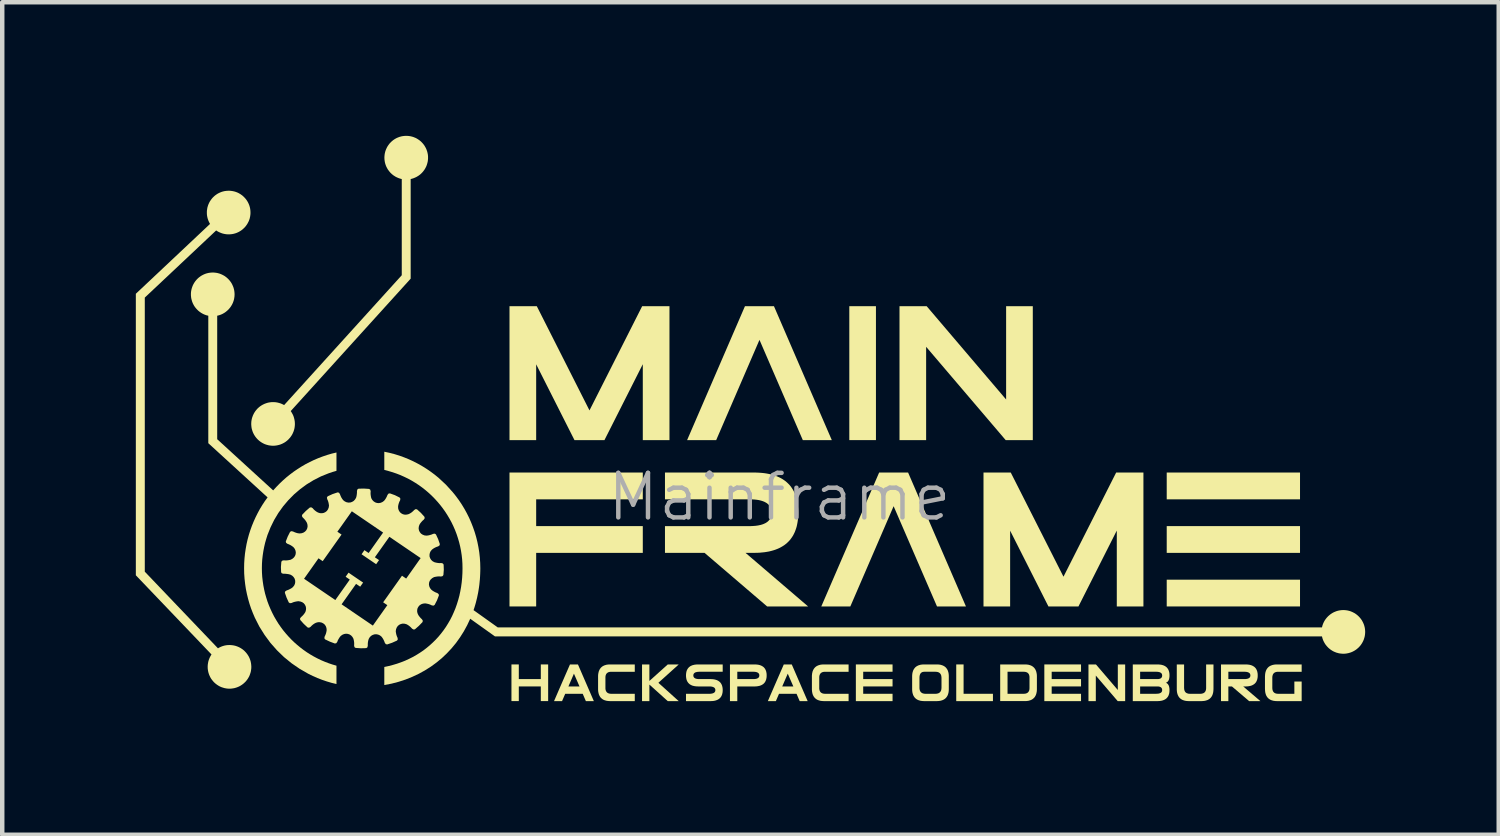
<source format=kicad_pcb>
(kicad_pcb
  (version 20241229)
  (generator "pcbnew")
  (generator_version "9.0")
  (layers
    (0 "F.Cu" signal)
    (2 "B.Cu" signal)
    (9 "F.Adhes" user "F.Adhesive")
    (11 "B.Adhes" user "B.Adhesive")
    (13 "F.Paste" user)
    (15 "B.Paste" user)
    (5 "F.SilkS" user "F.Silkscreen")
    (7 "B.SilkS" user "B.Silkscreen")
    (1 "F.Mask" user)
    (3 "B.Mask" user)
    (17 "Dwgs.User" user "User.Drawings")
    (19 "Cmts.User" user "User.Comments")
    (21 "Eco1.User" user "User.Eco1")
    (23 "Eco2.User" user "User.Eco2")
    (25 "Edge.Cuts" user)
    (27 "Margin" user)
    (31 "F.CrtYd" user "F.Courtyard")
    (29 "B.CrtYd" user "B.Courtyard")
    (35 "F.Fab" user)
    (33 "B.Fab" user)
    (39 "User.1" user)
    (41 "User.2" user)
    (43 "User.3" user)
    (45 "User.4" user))
  (footprint "Mainframe"
    (layer "F.Cu")
    (at 14.452 5.61)
    (property "Reference" "Mainframe" (at 0 2.5 0) (unlocked yes) (layer "F.Fab") (effects (font (size 1 1) (thickness 0.1))))
    (fp_poly (pts (xy 2.166 1.222) (xy 1.568 1.222) (xy 1.568 -1.785) (xy 2.166 -1.785)) (stroke (width 0) (type solid)) (fill yes) (layer "F.SilkS"))
    (fp_poly (pts (xy 11.688 4.957) (xy 8.695 4.957) (xy 8.695 4.356) (xy 11.688 4.356)) (stroke (width 0) (type solid)) (fill yes) (layer "F.SilkS"))
    (fp_poly (pts (xy 11.688 2.552) (xy 8.695 2.552) (xy 8.695 1.95) (xy 11.688 1.95)) (stroke (width 0) (type solid)) (fill yes) (layer "F.SilkS"))
    (fp_poly (pts (xy 11.688 3.754) (xy 8.695 3.754) (xy 8.695 3.153) (xy 11.688 3.153)) (stroke (width 0) (type solid)) (fill yes) (layer "F.SilkS"))
    (fp_poly (pts (xy 4.134 6.918) (xy 4.793 6.918) (xy 4.793 7.083) (xy 3.969 7.083) (xy 3.969 6.259) (xy 4.134 6.259)) (stroke (width 0) (type solid)) (fill yes) (layer "F.SilkS"))
    (fp_poly (pts (xy 1.175 1.222) (xy 0.524 1.222) (xy -0.449 -1.029) (xy -1.421 1.222) (xy -2.074 1.222) (xy -0.775 -1.785) (xy -0.124 -1.785)) (stroke (width 0) (type solid)) (fill yes) (layer "F.SilkS"))
    (fp_poly (pts (xy 4.187 4.957) (xy 3.537 4.957) (xy 2.563 2.706) (xy 1.591 4.957) (xy 0.939 4.957) (xy 2.238 1.95) (xy 2.888 1.95)) (stroke (width 0) (type solid)) (fill yes) (layer "F.SilkS"))
    (fp_poly (pts (xy -3.069 2.552) (xy -5.463 2.552) (xy -5.463 3.153) (xy -3.069 3.153) (xy -3.069 3.754) (xy -5.463 3.754) (xy -5.463 4.957) (xy -6.062 4.957) (xy -6.062 1.95) (xy -3.069 1.95)) (stroke (width 0) (type solid)) (fill yes) (layer "F.SilkS"))
    (fp_poly (pts (xy 5.089 0.31) (xy 5.089 -1.785) (xy 5.688 -1.785) (xy 5.688 1.222) (xy 5.079 1.222) (xy 3.293 -0.873) (xy 3.293 1.222) (xy 2.695 1.222) (xy 2.695 -1.785) (xy 3.305 -1.785)) (stroke (width 0) (type solid)) (fill yes) (layer "F.SilkS"))
    (fp_poly (pts (xy 7.597 6.833) (xy 7.597 6.259) (xy 7.762 6.259) (xy 7.762 7.083) (xy 7.595 7.083) (xy 7.103 6.509) (xy 7.103 7.083) (xy 6.938 7.083) (xy 6.938 6.259) (xy 7.106 6.259)) (stroke (width 0) (type solid)) (fill yes) (layer "F.SilkS"))
    (fp_poly (pts (xy -2.921 6.63) (xy -2.508 6.259) (xy -2.262 6.259) (xy -2.719 6.671) (xy -2.262 7.083) (xy -2.508 7.083) (xy -2.921 6.711) (xy -2.921 7.083) (xy -3.086 7.083) (xy -3.086 6.259) (xy -2.921 6.259)) (stroke (width 0) (type solid)) (fill yes) (layer "F.SilkS"))
    (fp_poly (pts (xy -5.853 6.588) (xy -5.359 6.588) (xy -5.359 6.259) (xy -5.194 6.259) (xy -5.194 7.082) (xy -5.359 7.082) (xy -5.359 6.753) (xy -5.853 6.753) (xy -5.853 7.082) (xy -6.018 7.082) (xy -6.018 6.259) (xy -5.853 6.259)) (stroke (width 0) (type solid)) (fill yes) (layer "F.SilkS"))
    (fp_poly (pts (xy 2.539 6.423) (xy 1.88 6.423) (xy 1.88 6.588) (xy 2.539 6.588) (xy 2.539 6.753) (xy 1.88 6.753) (xy 1.88 6.918) (xy 2.539 6.918) (xy 2.539 7.083) (xy 1.715 7.083) (xy 1.715 6.259) (xy 2.539 6.259)) (stroke (width 0) (type solid)) (fill yes) (layer "F.SilkS"))
    (fp_poly (pts (xy 6.771 6.423) (xy 6.112 6.423) (xy 6.112 6.588) (xy 6.771 6.588) (xy 6.771 6.753) (xy 6.112 6.753) (xy 6.112 6.918) (xy 6.112 6.918) (xy 6.771 6.918) (xy 6.771 7.083) (xy 5.947 7.083) (xy 5.947 6.259) (xy 6.771 6.259)) (stroke (width 0) (type solid)) (fill yes) (layer "F.SilkS"))
    (fp_poly (pts (xy -2.47 1.222) (xy -3.069 1.222) (xy -3.069 -0.482) (xy -3.929 1.22) (xy -3.929 1.222) (xy -4.603 1.222) (xy -5.463 -0.48) (xy -5.463 1.222) (xy -6.062 1.222) (xy -6.062 -1.785) (xy -5.449 -1.785) (xy -4.266 0.555) (xy -3.083 -1.785) (xy -2.47 -1.785)) (stroke (width 0) (type solid)) (fill yes) (layer "F.SilkS"))
    (fp_poly (pts (xy 0.633 7.083) (xy 0.454 7.083) (xy 0.383 6.918) (xy -0.01 6.918) (xy -0.081 7.083) (xy -0.261 7.083) (xy -0.118 6.753) (xy 0.062 6.753) (xy 0.311 6.753) (xy 0.186 6.466) (xy 0.062 6.753) (xy -0.118 6.753) (xy 0.097 6.259) (xy 0.276 6.259)) (stroke (width 0) (type solid)) (fill yes) (layer "F.SilkS"))
    (fp_poly (pts (xy 6.377 4.289) (xy 7.56 1.95) (xy 8.172 1.95) (xy 8.172 4.957) (xy 7.574 4.957) (xy 7.574 3.253) (xy 6.714 4.955) (xy 6.714 4.957) (xy 6.039 4.957) (xy 5.179 3.255) (xy 5.179 4.957) (xy 4.581 4.957) (xy 4.581 1.95) (xy 5.193 1.95)) (stroke (width 0) (type solid)) (fill yes) (layer "F.SilkS"))
    (fp_poly (pts (xy -4.168 7.083) (xy -4.347 7.083) (xy -4.418 6.918) (xy -4.811 6.918) (xy -4.882 7.083) (xy -5.062 7.083) (xy -4.955 6.835) (xy -4.775 6.835) (xy -4.739 6.753) (xy -4.49 6.753) (xy -4.615 6.466) (xy -4.739 6.753) (xy -4.775 6.835) (xy -4.955 6.835) (xy -4.704 6.259) (xy -4.525 6.259)) (stroke (width 0) (type solid)) (fill yes) (layer "F.SilkS"))
    (fp_poly (pts (xy -0.515 1.951) (xy -0.455 1.954) (xy -0.398 1.958) (xy -0.342 1.964) (xy -0.289 1.972) (xy -0.237 1.982) (xy -0.187 1.993) (xy -0.14 2.007) (xy -0.094 2.022) (xy -0.05 2.038) (xy -0.008 2.057) (xy 0.032 2.077) (xy 0.07 2.099) (xy 0.106 2.123) (xy 0.14 2.148) (xy 0.172 2.176) (xy 0.202 2.205) (xy 0.231 2.236) (xy 0.257 2.268) (xy 0.281 2.303) (xy 0.304 2.339) (xy 0.324 2.377) (xy 0.343 2.416) (xy 0.359 2.458) (xy 0.374 2.501) (xy 0.387 2.546) (xy 0.397 2.592) (xy 0.406 2.641) (xy 0.413 2.691) (xy 0.418 2.743) (xy 0.421 2.797) (xy 0.422 2.852) (xy 0.421 2.908) (xy 0.418 2.961) (xy 0.413 3.013) (xy 0.406 3.064) (xy 0.397 3.112) (xy 0.387 3.159) (xy 0.374 3.204) (xy 0.359 3.247) (xy 0.343 3.288) (xy 0.324 3.328) (xy 0.304 3.366) (xy 0.281 3.402) (xy 0.257 3.436) (xy 0.231 3.469) (xy 0.202 3.5) (xy 0.172 3.529) (xy 0.14 3.556) (xy 0.106 3.582) (xy 0.07 3.605) (xy 0.032 3.627) (xy -0.008 3.648) (xy -0.05 3.666) (xy -0.094 3.683) (xy -0.14 3.698) (xy -0.187 3.711) (xy -0.237 3.723) (xy -0.289 3.732) (xy -0.342 3.74) (xy -0.455 3.751) (xy -0.576 3.754) (xy -0.762 3.754) (xy 0.643 4.957) (xy -0.277 4.957) (xy -1.682 3.754) (xy -2.571 3.754) (xy -2.571 3.153) (xy -0.676 3.153) (xy -0.645 3.153) (xy -0.616 3.152) (xy -0.587 3.15) (xy -0.559 3.148) (xy -0.532 3.146) (xy -0.506 3.142) (xy -0.482 3.139) (xy -0.458 3.134) (xy -0.435 3.129) (xy -0.413 3.124) (xy -0.392 3.117) (xy -0.372 3.111) (xy -0.353 3.103) (xy -0.335 3.095) (xy -0.318 3.087) (xy -0.302 3.078) (xy -0.287 3.068) (xy -0.273 3.058) (xy -0.259 3.047) (xy -0.247 3.035) (xy -0.236 3.023) (xy -0.226 3.011) (xy -0.217 2.998) (xy -0.208 2.984) (xy -0.201 2.969) (xy -0.195 2.954) (xy -0.189 2.939) (xy -0.185 2.923) (xy -0.182 2.906) (xy -0.179 2.889) (xy -0.178 2.871) (xy -0.177 2.852) (xy -0.178 2.834) (xy -0.179 2.816) (xy -0.182 2.798) (xy -0.185 2.782) (xy -0.189 2.766) (xy -0.195 2.75) (xy -0.201 2.735) (xy -0.208 2.721) (xy -0.217 2.707) (xy -0.226 2.694) (xy -0.236 2.681) (xy -0.247 2.669) (xy -0.259 2.658) (xy -0.273 2.647) (xy -0.287 2.636) (xy -0.302 2.627) (xy -0.335 2.609) (xy -0.372 2.594) (xy -0.413 2.581) (xy -0.458 2.57) (xy -0.506 2.562) (xy -0.559 2.556) (xy -0.616 2.553) (xy -0.676 2.552) (xy -2.571 2.552) (xy -2.571 1.95) (xy -0.576 1.95)) (stroke (width 0) (type solid)) (fill yes) (layer "F.SilkS"))
    (fp_poly (pts (xy -0.529 6.26) (xy -0.498 6.263) (xy -0.483 6.265) (xy -0.469 6.267) (xy -0.455 6.271) (xy -0.442 6.274) (xy -0.43 6.278) (xy -0.418 6.283) (xy -0.406 6.288) (xy -0.395 6.293) (xy -0.385 6.299) (xy -0.375 6.306) (xy -0.365 6.313) (xy -0.356 6.32) (xy -0.348 6.328) (xy -0.34 6.337) (xy -0.333 6.346) (xy -0.326 6.355) (xy -0.32 6.365) (xy -0.315 6.376) (xy -0.31 6.386) (xy -0.305 6.398) (xy -0.301 6.41) (xy -0.297 6.422) (xy -0.295 6.435) (xy -0.292 6.448) (xy -0.29 6.462) (xy -0.289 6.476) (xy -0.288 6.491) (xy -0.288 6.506) (xy -0.288 6.521) (xy -0.289 6.536) (xy -0.29 6.55) (xy -0.292 6.564) (xy -0.295 6.577) (xy -0.297 6.59) (xy -0.301 6.602) (xy -0.305 6.614) (xy -0.31 6.625) (xy -0.315 6.636) (xy -0.32 6.647) (xy -0.326 6.656) (xy -0.333 6.666) (xy -0.34 6.675) (xy -0.348 6.683) (xy -0.356 6.691) (xy -0.365 6.699) (xy -0.375 6.706) (xy -0.385 6.712) (xy -0.395 6.718) (xy -0.406 6.724) (xy -0.418 6.729) (xy -0.43 6.733) (xy -0.442 6.738) (xy -0.455 6.741) (xy -0.469 6.744) (xy -0.483 6.747) (xy -0.498 6.749) (xy -0.513 6.751) (xy -0.529 6.752) (xy -0.546 6.753) (xy -0.562 6.753) (xy -0.947 6.753) (xy -0.947 6.753) (xy -0.947 7.083) (xy -1.112 7.083) (xy -1.112 6.423) (xy -0.947 6.423) (xy -0.947 6.588) (xy -0.59 6.588) (xy -0.573 6.588) (xy -0.558 6.587) (xy -0.543 6.585) (xy -0.53 6.583) (xy -0.518 6.58) (xy -0.506 6.577) (xy -0.496 6.572) (xy -0.487 6.568) (xy -0.483 6.565) (xy -0.479 6.562) (xy -0.475 6.559) (xy -0.472 6.556) (xy -0.469 6.553) (xy -0.466 6.549) (xy -0.463 6.546) (xy -0.461 6.542) (xy -0.459 6.538) (xy -0.457 6.534) (xy -0.456 6.53) (xy -0.455 6.525) (xy -0.454 6.521) (xy -0.453 6.516) (xy -0.453 6.511) (xy -0.453 6.506) (xy -0.453 6.501) (xy -0.453 6.496) (xy -0.454 6.491) (xy -0.455 6.487) (xy -0.456 6.482) (xy -0.457 6.478) (xy -0.459 6.474) (xy -0.461 6.47) (xy -0.463 6.466) (xy -0.466 6.462) (xy -0.469 6.459) (xy -0.472 6.456) (xy -0.475 6.452) (xy -0.479 6.45) (xy -0.483 6.447) (xy -0.487 6.444) (xy -0.491 6.442) (xy -0.496 6.439) (xy -0.501 6.437) (xy -0.506 6.435) (xy -0.512 6.433) (xy -0.517 6.431) (xy -0.523 6.43) (xy -0.53 6.429) (xy -0.536 6.427) (xy -0.543 6.426) (xy -0.55 6.425) (xy -0.558 6.425) (xy -0.565 6.424) (xy -0.573 6.424) (xy -0.581 6.423) (xy -0.59 6.423) (xy -0.947 6.423) (xy -1.112 6.423) (xy -1.112 6.259) (xy -0.562 6.259)) (stroke (width 0) (type solid)) (fill yes) (layer "F.SilkS"))
    (fp_poly (pts (xy 9.914 6.259) (xy 10.464 6.259) (xy 10.497 6.26) (xy 10.528 6.263) (xy 10.543 6.265) (xy 10.557 6.267) (xy 10.571 6.271) (xy 10.584 6.274) (xy 10.596 6.278) (xy 10.608 6.283) (xy 10.62 6.288) (xy 10.631 6.294) (xy 10.641 6.3) (xy 10.651 6.306) (xy 10.661 6.313) (xy 10.67 6.321) (xy 10.678 6.329) (xy 10.686 6.337) (xy 10.693 6.346) (xy 10.7 6.355) (xy 10.706 6.365) (xy 10.711 6.376) (xy 10.716 6.387) (xy 10.721 6.398) (xy 10.725 6.41) (xy 10.729 6.422) (xy 10.731 6.435) (xy 10.734 6.448) (xy 10.736 6.462) (xy 10.737 6.476) (xy 10.738 6.491) (xy 10.738 6.506) (xy 10.738 6.521) (xy 10.737 6.536) (xy 10.736 6.55) (xy 10.734 6.564) (xy 10.731 6.577) (xy 10.729 6.59) (xy 10.725 6.602) (xy 10.721 6.614) (xy 10.716 6.625) (xy 10.711 6.636) (xy 10.706 6.647) (xy 10.7 6.657) (xy 10.693 6.666) (xy 10.686 6.675) (xy 10.678 6.683) (xy 10.67 6.691) (xy 10.661 6.699) (xy 10.651 6.706) (xy 10.641 6.712) (xy 10.631 6.718) (xy 10.62 6.724) (xy 10.608 6.729) (xy 10.596 6.734) (xy 10.584 6.738) (xy 10.571 6.741) (xy 10.557 6.744) (xy 10.543 6.747) (xy 10.528 6.749) (xy 10.513 6.751) (xy 10.497 6.752) (xy 10.481 6.753) (xy 10.464 6.753) (xy 10.412 6.753) (xy 10.799 7.083) (xy 10.546 7.083) (xy 10.159 6.753) (xy 10.079 6.753) (xy 10.079 7.083) (xy 9.914 7.083) (xy 9.914 6.423) (xy 10.079 6.423) (xy 10.079 6.588) (xy 10.436 6.588) (xy 10.453 6.588) (xy 10.468 6.587) (xy 10.483 6.585) (xy 10.496 6.583) (xy 10.509 6.58) (xy 10.52 6.577) (xy 10.53 6.572) (xy 10.539 6.568) (xy 10.543 6.565) (xy 10.547 6.562) (xy 10.551 6.559) (xy 10.554 6.556) (xy 10.557 6.553) (xy 10.56 6.549) (xy 10.563 6.546) (xy 10.565 6.542) (xy 10.567 6.538) (xy 10.569 6.534) (xy 10.57 6.53) (xy 10.571 6.525) (xy 10.572 6.521) (xy 10.573 6.516) (xy 10.573 6.511) (xy 10.574 6.506) (xy 10.573 6.501) (xy 10.573 6.496) (xy 10.572 6.491) (xy 10.571 6.487) (xy 10.57 6.482) (xy 10.569 6.478) (xy 10.567 6.474) (xy 10.565 6.47) (xy 10.563 6.466) (xy 10.56 6.462) (xy 10.557 6.459) (xy 10.554 6.456) (xy 10.551 6.452) (xy 10.547 6.45) (xy 10.543 6.447) (xy 10.539 6.444) (xy 10.535 6.442) (xy 10.53 6.439) (xy 10.525 6.437) (xy 10.52 6.435) (xy 10.514 6.433) (xy 10.509 6.431) (xy 10.503 6.43) (xy 10.496 6.429) (xy 10.49 6.427) (xy 10.483 6.426) (xy 10.476 6.425) (xy 10.468 6.425) (xy 10.461 6.424) (xy 10.453 6.424) (xy 10.445 6.423) (xy 10.436 6.423) (xy 10.079 6.423) (xy 9.914 6.423) (xy 9.914 6.259)) (stroke (width 0) (type solid)) (fill yes) (layer "F.SilkS"))
    (fp_poly (pts (xy -3.249 6.424) (xy -3.776 6.424) (xy -3.784 6.424) (xy -3.792 6.424) (xy -3.799 6.425) (xy -3.807 6.426) (xy -3.814 6.427) (xy -3.821 6.428) (xy -3.827 6.43) (xy -3.834 6.432) (xy -3.84 6.434) (xy -3.846 6.436) (xy -3.851 6.439) (xy -3.856 6.442) (xy -3.861 6.445) (xy -3.866 6.449) (xy -3.871 6.453) (xy -3.875 6.456) (xy -3.879 6.461) (xy -3.883 6.465) (xy -3.886 6.47) (xy -3.89 6.475) (xy -3.893 6.48) (xy -3.895 6.486) (xy -3.898 6.492) (xy -3.9 6.498) (xy -3.902 6.504) (xy -3.904 6.511) (xy -3.905 6.517) (xy -3.906 6.524) (xy -3.907 6.532) (xy -3.908 6.539) (xy -3.908 6.547) (xy -3.908 6.555) (xy -3.908 6.786) (xy -3.908 6.794) (xy -3.908 6.802) (xy -3.907 6.809) (xy -3.906 6.817) (xy -3.905 6.824) (xy -3.904 6.83) (xy -3.902 6.837) (xy -3.9 6.843) (xy -3.898 6.849) (xy -3.895 6.855) (xy -3.892 6.861) (xy -3.889 6.866) (xy -3.886 6.871) (xy -3.883 6.876) (xy -3.879 6.88) (xy -3.875 6.885) (xy -3.871 6.889) (xy -3.866 6.893) (xy -3.861 6.896) (xy -3.856 6.899) (xy -3.851 6.902) (xy -3.845 6.905) (xy -3.839 6.907) (xy -3.833 6.91) (xy -3.827 6.912) (xy -3.82 6.913) (xy -3.813 6.915) (xy -3.806 6.916) (xy -3.799 6.917) (xy -3.791 6.917) (xy -3.783 6.918) (xy -3.775 6.918) (xy -3.249 6.918) (xy -3.249 7.083) (xy -3.798 7.083) (xy -3.815 7.082) (xy -3.832 7.081) (xy -3.847 7.08) (xy -3.863 7.078) (xy -3.877 7.076) (xy -3.892 7.073) (xy -3.905 7.069) (xy -3.918 7.065) (xy -3.931 7.061) (xy -3.943 7.056) (xy -3.955 7.05) (xy -3.966 7.044) (xy -3.976 7.037) (xy -3.986 7.03) (xy -3.995 7.022) (xy -4.004 7.014) (xy -4.013 7.005) (xy -4.02 6.996) (xy -4.028 6.986) (xy -4.034 6.975) (xy -4.04 6.964) (xy -4.046 6.953) (xy -4.051 6.941) (xy -4.056 6.928) (xy -4.06 6.915) (xy -4.063 6.901) (xy -4.066 6.887) (xy -4.069 6.872) (xy -4.071 6.857) (xy -4.072 6.841) (xy -4.073 6.825) (xy -4.073 6.808) (xy -4.073 6.533) (xy -4.073 6.517) (xy -4.072 6.5) (xy -4.071 6.484) (xy -4.069 6.469) (xy -4.066 6.454) (xy -4.063 6.44) (xy -4.06 6.426) (xy -4.056 6.413) (xy -4.051 6.401) (xy -4.046 6.389) (xy -4.041 6.377) (xy -4.034 6.366) (xy -4.028 6.356) (xy -4.02 6.346) (xy -4.013 6.336) (xy -4.004 6.327) (xy -3.995 6.319) (xy -3.986 6.311) (xy -3.976 6.304) (xy -3.966 6.297) (xy -3.955 6.291) (xy -3.943 6.286) (xy -3.931 6.28) (xy -3.918 6.276) (xy -3.905 6.272) (xy -3.892 6.268) (xy -3.877 6.265) (xy -3.863 6.263) (xy -3.847 6.261) (xy -3.832 6.26) (xy -3.815 6.259) (xy -3.798 6.259) (xy -3.249 6.259)) (stroke (width 0) (type solid)) (fill yes) (layer "F.SilkS"))
    (fp_poly (pts (xy 1.552 6.424) (xy 1.025 6.424) (xy 1.017 6.424) (xy 1.009 6.424) (xy 1.002 6.425) (xy 0.994 6.426) (xy 0.987 6.427) (xy 0.98 6.428) (xy 0.974 6.43) (xy 0.967 6.432) (xy 0.961 6.434) (xy 0.955 6.436) (xy 0.95 6.439) (xy 0.945 6.442) (xy 0.94 6.445) (xy 0.935 6.449) (xy 0.93 6.453) (xy 0.926 6.456) (xy 0.922 6.461) (xy 0.918 6.465) (xy 0.915 6.47) (xy 0.912 6.475) (xy 0.909 6.48) (xy 0.906 6.486) (xy 0.903 6.492) (xy 0.901 6.498) (xy 0.899 6.504) (xy 0.898 6.511) (xy 0.896 6.517) (xy 0.895 6.524) (xy 0.894 6.532) (xy 0.893 6.539) (xy 0.893 6.547) (xy 0.893 6.555) (xy 0.893 6.786) (xy 0.893 6.794) (xy 0.893 6.802) (xy 0.894 6.809) (xy 0.895 6.817) (xy 0.896 6.824) (xy 0.898 6.83) (xy 0.899 6.837) (xy 0.901 6.843) (xy 0.903 6.849) (xy 0.906 6.855) (xy 0.909 6.861) (xy 0.912 6.866) (xy 0.915 6.871) (xy 0.918 6.876) (xy 0.922 6.88) (xy 0.926 6.885) (xy 0.93 6.889) (xy 0.935 6.893) (xy 0.94 6.896) (xy 0.945 6.899) (xy 0.95 6.902) (xy 0.956 6.905) (xy 0.962 6.907) (xy 0.968 6.91) (xy 0.974 6.912) (xy 0.981 6.913) (xy 0.988 6.915) (xy 0.995 6.916) (xy 1.002 6.917) (xy 1.01 6.917) (xy 1.018 6.918) (xy 1.026 6.918) (xy 1.552 6.918) (xy 1.552 7.083) (xy 1.003 7.083) (xy 0.986 7.082) (xy 0.97 7.081) (xy 0.954 7.08) (xy 0.938 7.078) (xy 0.924 7.076) (xy 0.909 7.073) (xy 0.896 7.069) (xy 0.883 7.065) (xy 0.87 7.061) (xy 0.858 7.056) (xy 0.846 7.05) (xy 0.835 7.044) (xy 0.825 7.037) (xy 0.815 7.03) (xy 0.806 7.022) (xy 0.797 7.014) (xy 0.789 7.005) (xy 0.781 6.996) (xy 0.773 6.986) (xy 0.767 6.975) (xy 0.761 6.964) (xy 0.755 6.953) (xy 0.75 6.941) (xy 0.745 6.928) (xy 0.741 6.915) (xy 0.738 6.901) (xy 0.735 6.887) (xy 0.732 6.872) (xy 0.731 6.857) (xy 0.729 6.841) (xy 0.728 6.825) (xy 0.728 6.808) (xy 0.728 6.533) (xy 0.728 6.517) (xy 0.729 6.5) (xy 0.731 6.484) (xy 0.732 6.469) (xy 0.735 6.454) (xy 0.738 6.44) (xy 0.741 6.426) (xy 0.745 6.413) (xy 0.75 6.401) (xy 0.755 6.389) (xy 0.761 6.377) (xy 0.767 6.366) (xy 0.773 6.356) (xy 0.781 6.346) (xy 0.789 6.336) (xy 0.797 6.327) (xy 0.806 6.319) (xy 0.815 6.311) (xy 0.825 6.304) (xy 0.835 6.297) (xy 0.846 6.291) (xy 0.858 6.286) (xy 0.87 6.28) (xy 0.883 6.276) (xy 0.896 6.272) (xy 0.909 6.268) (xy 0.924 6.265) (xy 0.938 6.263) (xy 0.954 6.261) (xy 0.97 6.26) (xy 0.986 6.259) (xy 1.003 6.259) (xy 1.552 6.259)) (stroke (width 0) (type solid)) (fill yes) (layer "F.SilkS"))
    (fp_poly (pts (xy 9.085 6.785) (xy 9.086 6.794) (xy 9.086 6.801) (xy 9.087 6.809) (xy 9.088 6.816) (xy 9.089 6.824) (xy 9.09 6.83) (xy 9.092 6.837) (xy 9.094 6.843) (xy 9.096 6.849) (xy 9.098 6.855) (xy 9.101 6.861) (xy 9.104 6.866) (xy 9.107 6.871) (xy 9.111 6.876) (xy 9.114 6.88) (xy 9.118 6.885) (xy 9.123 6.889) (xy 9.127 6.892) (xy 9.132 6.896) (xy 9.137 6.899) (xy 9.142 6.902) (xy 9.148 6.905) (xy 9.154 6.907) (xy 9.16 6.909) (xy 9.166 6.911) (xy 9.172 6.913) (xy 9.179 6.915) (xy 9.186 6.916) (xy 9.194 6.917) (xy 9.201 6.917) (xy 9.209 6.918) (xy 9.217 6.918) (xy 9.447 6.918) (xy 9.456 6.918) (xy 9.463 6.917) (xy 9.471 6.917) (xy 9.478 6.916) (xy 9.486 6.914) (xy 9.492 6.913) (xy 9.499 6.911) (xy 9.505 6.909) (xy 9.511 6.907) (xy 9.517 6.905) (xy 9.523 6.902) (xy 9.528 6.899) (xy 9.533 6.896) (xy 9.538 6.892) (xy 9.542 6.889) (xy 9.547 6.885) (xy 9.551 6.88) (xy 9.554 6.876) (xy 9.558 6.871) (xy 9.561 6.866) (xy 9.564 6.861) (xy 9.567 6.855) (xy 9.569 6.849) (xy 9.572 6.843) (xy 9.573 6.837) (xy 9.575 6.83) (xy 9.577 6.823) (xy 9.578 6.816) (xy 9.579 6.809) (xy 9.579 6.801) (xy 9.58 6.793) (xy 9.58 6.785) (xy 9.58 6.259) (xy 9.745 6.259) (xy 9.745 6.808) (xy 9.744 6.825) (xy 9.743 6.841) (xy 9.742 6.857) (xy 9.74 6.872) (xy 9.738 6.887) (xy 9.735 6.901) (xy 9.731 6.915) (xy 9.727 6.928) (xy 9.723 6.941) (xy 9.718 6.953) (xy 9.712 6.964) (xy 9.706 6.975) (xy 9.699 6.986) (xy 9.692 6.996) (xy 9.684 7.005) (xy 9.676 7.014) (xy 9.667 7.022) (xy 9.658 7.03) (xy 9.648 7.037) (xy 9.637 7.044) (xy 9.626 7.05) (xy 9.615 7.056) (xy 9.603 7.061) (xy 9.59 7.065) (xy 9.577 7.069) (xy 9.563 7.073) (xy 9.549 7.076) (xy 9.534 7.078) (xy 9.519 7.08) (xy 9.503 7.081) (xy 9.487 7.082) (xy 9.47 7.083) (xy 9.195 7.083) (xy 9.178 7.082) (xy 9.162 7.081) (xy 9.146 7.08) (xy 9.131 7.078) (xy 9.116 7.076) (xy 9.102 7.073) (xy 9.088 7.069) (xy 9.075 7.065) (xy 9.063 7.061) (xy 9.05 7.056) (xy 9.039 7.05) (xy 9.028 7.044) (xy 9.017 7.037) (xy 9.008 7.03) (xy 8.998 7.022) (xy 8.989 7.014) (xy 8.981 7.005) (xy 8.973 6.996) (xy 8.966 6.986) (xy 8.959 6.975) (xy 8.953 6.964) (xy 8.948 6.953) (xy 8.942 6.941) (xy 8.938 6.928) (xy 8.934 6.915) (xy 8.93 6.901) (xy 8.927 6.887) (xy 8.925 6.872) (xy 8.923 6.857) (xy 8.922 6.841) (xy 8.921 6.825) (xy 8.921 6.808) (xy 8.921 6.259) (xy 9.085 6.259)) (stroke (width 0) (type solid)) (fill yes) (layer "F.SilkS"))
    (fp_poly (pts (xy 5.505 6.259) (xy 5.522 6.259) (xy 5.539 6.26) (xy 5.554 6.261) (xy 5.57 6.263) (xy 5.585 6.265) (xy 5.599 6.268) (xy 5.612 6.272) (xy 5.626 6.276) (xy 5.638 6.28) (xy 5.65 6.285) (xy 5.662 6.291) (xy 5.673 6.297) (xy 5.683 6.304) (xy 5.693 6.311) (xy 5.702 6.319) (xy 5.711 6.327) (xy 5.72 6.336) (xy 5.727 6.346) (xy 5.735 6.355) (xy 5.741 6.366) (xy 5.748 6.377) (xy 5.753 6.388) (xy 5.758 6.401) (xy 5.763 6.413) (xy 5.767 6.426) (xy 5.77 6.44) (xy 5.773 6.454) (xy 5.776 6.469) (xy 5.778 6.484) (xy 5.779 6.5) (xy 5.78 6.516) (xy 5.78 6.533) (xy 5.78 6.808) (xy 5.78 6.825) (xy 5.779 6.841) (xy 5.778 6.857) (xy 5.776 6.872) (xy 5.773 6.887) (xy 5.77 6.901) (xy 5.767 6.915) (xy 5.763 6.928) (xy 5.758 6.941) (xy 5.753 6.953) (xy 5.748 6.964) (xy 5.741 6.975) (xy 5.735 6.986) (xy 5.727 6.996) (xy 5.72 7.005) (xy 5.711 7.014) (xy 5.702 7.022) (xy 5.693 7.03) (xy 5.683 7.037) (xy 5.673 7.044) (xy 5.662 7.05) (xy 5.65 7.056) (xy 5.638 7.061) (xy 5.626 7.065) (xy 5.612 7.069) (xy 5.599 7.073) (xy 5.585 7.076) (xy 5.57 7.078) (xy 5.554 7.08) (xy 5.539 7.081) (xy 5.522 7.082) (xy 5.505 7.082) (xy 4.956 7.082) (xy 4.956 6.259) (xy 5.121 6.423) (xy 5.121 6.918) (xy 5.482 6.918) (xy 5.498 6.917) (xy 5.506 6.917) (xy 5.513 6.916) (xy 5.52 6.915) (xy 5.527 6.913) (xy 5.534 6.912) (xy 5.54 6.91) (xy 5.546 6.907) (xy 5.552 6.905) (xy 5.557 6.902) (xy 5.563 6.899) (xy 5.568 6.896) (xy 5.572 6.893) (xy 5.577 6.889) (xy 5.581 6.885) (xy 5.585 6.881) (xy 5.589 6.877) (xy 5.592 6.872) (xy 5.595 6.867) (xy 5.598 6.862) (xy 5.601 6.856) (xy 5.604 6.851) (xy 5.606 6.845) (xy 5.608 6.838) (xy 5.609 6.832) (xy 5.611 6.825) (xy 5.612 6.818) (xy 5.613 6.811) (xy 5.613 6.803) (xy 5.614 6.796) (xy 5.614 6.788) (xy 5.614 6.553) (xy 5.614 6.545) (xy 5.614 6.537) (xy 5.613 6.53) (xy 5.612 6.523) (xy 5.611 6.516) (xy 5.609 6.509) (xy 5.608 6.503) (xy 5.606 6.496) (xy 5.604 6.49) (xy 5.601 6.485) (xy 5.599 6.479) (xy 5.596 6.474) (xy 5.592 6.469) (xy 5.589 6.464) (xy 5.585 6.46) (xy 5.581 6.456) (xy 5.577 6.452) (xy 5.573 6.448) (xy 5.568 6.445) (xy 5.563 6.442) (xy 5.558 6.439) (xy 5.552 6.436) (xy 5.546 6.434) (xy 5.54 6.432) (xy 5.534 6.43) (xy 5.527 6.428) (xy 5.521 6.427) (xy 5.514 6.425) (xy 5.506 6.425) (xy 5.499 6.424) (xy 5.491 6.424) (xy 5.483 6.423) (xy 5.121 6.423) (xy 4.956 6.259)) (stroke (width 0) (type solid)) (fill yes) (layer "F.SilkS"))
    (fp_poly (pts (xy 11.725 6.424) (xy 11.199 6.424) (xy 11.19 6.424) (xy 11.183 6.424) (xy 11.175 6.425) (xy 11.168 6.426) (xy 11.16 6.427) (xy 11.154 6.428) (xy 11.147 6.43) (xy 11.141 6.432) (xy 11.135 6.434) (xy 11.129 6.436) (xy 11.123 6.439) (xy 11.118 6.442) (xy 11.113 6.445) (xy 11.108 6.449) (xy 11.104 6.453) (xy 11.099 6.457) (xy 11.095 6.461) (xy 11.092 6.465) (xy 11.088 6.47) (xy 11.085 6.475) (xy 11.082 6.48) (xy 11.079 6.486) (xy 11.077 6.492) (xy 11.075 6.498) (xy 11.073 6.504) (xy 11.071 6.511) (xy 11.07 6.517) (xy 11.068 6.525) (xy 11.067 6.532) (xy 11.067 6.539) (xy 11.066 6.547) (xy 11.066 6.555) (xy 11.066 6.786) (xy 11.066 6.794) (xy 11.067 6.802) (xy 11.068 6.809) (xy 11.068 6.817) (xy 11.07 6.824) (xy 11.071 6.831) (xy 11.073 6.837) (xy 11.075 6.843) (xy 11.077 6.85) (xy 11.079 6.855) (xy 11.082 6.861) (xy 11.085 6.866) (xy 11.088 6.871) (xy 11.092 6.876) (xy 11.096 6.881) (xy 11.1 6.885) (xy 11.104 6.889) (xy 11.108 6.893) (xy 11.113 6.896) (xy 11.118 6.899) (xy 11.124 6.902) (xy 11.129 6.905) (xy 11.135 6.907) (xy 11.141 6.91) (xy 11.147 6.912) (xy 11.154 6.913) (xy 11.161 6.915) (xy 11.168 6.916) (xy 11.175 6.917) (xy 11.183 6.917) (xy 11.191 6.918) (xy 11.199 6.918) (xy 11.561 6.918) (xy 11.561 6.643) (xy 11.725 6.643) (xy 11.725 7.083) (xy 11.176 7.083) (xy 11.159 7.082) (xy 11.143 7.082) (xy 11.127 7.08) (xy 11.112 7.078) (xy 11.097 7.076) (xy 11.083 7.073) (xy 11.069 7.069) (xy 11.056 7.065) (xy 11.043 7.061) (xy 11.031 7.056) (xy 11.02 7.05) (xy 11.009 7.044) (xy 10.998 7.037) (xy 10.988 7.03) (xy 10.979 7.022) (xy 10.97 7.014) (xy 10.962 7.005) (xy 10.954 6.996) (xy 10.947 6.986) (xy 10.94 6.975) (xy 10.934 6.964) (xy 10.928 6.953) (xy 10.923 6.941) (xy 10.919 6.928) (xy 10.915 6.915) (xy 10.911 6.901) (xy 10.908 6.887) (xy 10.906 6.872) (xy 10.904 6.857) (xy 10.903 6.841) (xy 10.902 6.825) (xy 10.901 6.808) (xy 10.901 6.533) (xy 10.902 6.517) (xy 10.903 6.5) (xy 10.904 6.484) (xy 10.906 6.469) (xy 10.908 6.454) (xy 10.911 6.44) (xy 10.915 6.426) (xy 10.919 6.413) (xy 10.923 6.401) (xy 10.928 6.389) (xy 10.934 6.377) (xy 10.94 6.366) (xy 10.947 6.356) (xy 10.954 6.346) (xy 10.962 6.336) (xy 10.97 6.327) (xy 10.979 6.319) (xy 10.988 6.311) (xy 10.998 6.304) (xy 11.009 6.297) (xy 11.02 6.291) (xy 11.031 6.286) (xy 11.043 6.281) (xy 11.056 6.276) (xy 11.069 6.272) (xy 11.083 6.268) (xy 11.097 6.266) (xy 11.112 6.263) (xy 11.127 6.261) (xy 11.143 6.26) (xy 11.159 6.259) (xy 11.176 6.259) (xy 11.725 6.259)) (stroke (width 0) (type solid)) (fill yes) (layer "F.SilkS"))
    (fp_poly (pts (xy -12.7 -2.54) (xy -12.675 -2.538) (xy -12.651 -2.535) (xy -12.626 -2.531) (xy -12.603 -2.525) (xy -12.58 -2.519) (xy -12.557 -2.511) (xy -12.535 -2.502) (xy -12.513 -2.492) (xy -12.492 -2.481) (xy -12.471 -2.47) (xy -12.451 -2.457) (xy -12.432 -2.443) (xy -12.414 -2.429) (xy -12.396 -2.413) (xy -12.379 -2.397) (xy -12.363 -2.38) (xy -12.347 -2.362) (xy -12.333 -2.344) (xy -12.319 -2.325) (xy -12.306 -2.305) (xy -12.294 -2.284) (xy -12.284 -2.263) (xy -12.274 -2.241) (xy -12.265 -2.219) (xy -12.257 -2.196) (xy -12.251 -2.173) (xy -12.245 -2.149) (xy -12.241 -2.125) (xy -12.238 -2.101) (xy -12.236 -2.076) (xy -12.235 -2.051) (xy -12.236 -2.029) (xy -12.237 -2.007) (xy -12.24 -1.985) (xy -12.243 -1.964) (xy -12.247 -1.943) (xy -12.252 -1.923) (xy -12.258 -1.902) (xy -12.265 -1.883) (xy -12.272 -1.863) (xy -12.281 -1.844) (xy -12.29 -1.825) (xy -12.3 -1.807) (xy -12.311 -1.79) (xy -12.322 -1.772) (xy -12.334 -1.756) (xy -12.347 -1.74) (xy -12.36 -1.724) (xy -12.374 -1.709) (xy -12.389 -1.695) (xy -12.404 -1.681) (xy -12.42 -1.668) (xy -12.436 -1.655) (xy -12.453 -1.643) (xy -12.47 -1.632) (xy -12.488 -1.622) (xy -12.506 -1.612) (xy -12.525 -1.603) (xy -12.544 -1.595) (xy -12.564 -1.588) (xy -12.584 -1.581) (xy -12.604 -1.576) (xy -12.625 -1.571) (xy -12.625 1.202) (xy -11.368 2.351) (xy -11.298 2.274) (xy -11.225 2.199) (xy -11.149 2.127) (xy -11.071 2.058) (xy -10.99 1.993) (xy -10.906 1.93) (xy -10.82 1.871) (xy -10.731 1.815) (xy -10.64 1.762) (xy -10.547 1.714) (xy -10.452 1.668) (xy -10.355 1.627) (xy -10.255 1.589) (xy -10.154 1.555) (xy -10.052 1.525) (xy -9.947 1.5) (xy -9.947 1.912) (xy -10.037 1.938) (xy -10.125 1.968) (xy -10.296 2.037) (xy -10.459 2.12) (xy -10.615 2.215) (xy -10.762 2.323) (xy -10.9 2.441) (xy -11.028 2.571) (xy -11.146 2.71) (xy -11.252 2.858) (xy -11.346 3.015) (xy -11.427 3.18) (xy -11.496 3.352) (xy -11.524 3.441) (xy -11.55 3.531) (xy -11.571 3.623) (xy -11.589 3.716) (xy -11.603 3.81) (xy -11.614 3.905) (xy -11.62 4.002) (xy -11.622 4.1) (xy -11.62 4.197) (xy -11.614 4.294) (xy -11.603 4.389) (xy -11.589 4.484) (xy -11.571 4.577) (xy -11.55 4.668) (xy -11.524 4.758) (xy -11.496 4.847) (xy -11.463 4.934) (xy -11.427 5.019) (xy -11.388 5.102) (xy -11.346 5.184) (xy -11.3 5.263) (xy -11.252 5.341) (xy -11.2 5.416) (xy -11.146 5.489) (xy -11.088 5.56) (xy -11.028 5.628) (xy -10.966 5.694) (xy -10.9 5.758) (xy -10.832 5.818) (xy -10.762 5.876) (xy -10.69 5.931) (xy -10.615 5.984) (xy -10.538 6.033) (xy -10.459 6.079) (xy -10.378 6.122) (xy -10.296 6.162) (xy -10.211 6.198) (xy -10.125 6.231) (xy -10.037 6.261) (xy -9.947 6.287) (xy -9.947 6.699) (xy -10.058 6.672) (xy -10.166 6.64) (xy -10.272 6.604) (xy -10.377 6.563) (xy -10.479 6.518) (xy -10.579 6.469) (xy -10.771 6.359) (xy -10.953 6.234) (xy -11.124 6.095) (xy -11.283 5.941) (xy -11.429 5.776) (xy -11.56 5.598) (xy -11.678 5.41) (xy -11.779 5.212) (xy -11.823 5.109) (xy -11.864 5.004) (xy -11.9 4.897) (xy -11.931 4.788) (xy -11.958 4.677) (xy -11.981 4.565) (xy -11.998 4.451) (xy -12.011 4.335) (xy -12.019 4.218) (xy -12.021 4.1) (xy -12.019 3.988) (xy -12.012 3.878) (xy -12.001 3.769) (xy -11.985 3.662) (xy -11.966 3.556) (xy -11.942 3.451) (xy -11.914 3.348) (xy -11.882 3.247) (xy -11.846 3.147) (xy -11.806 3.049) (xy -11.763 2.954) (xy -11.716 2.86) (xy -11.666 2.768) (xy -11.612 2.679) (xy -11.555 2.592) (xy -11.494 2.508) (xy -12.825 1.291) (xy -12.825 -1.571) (xy -12.846 -1.576) (xy -12.867 -1.581) (xy -12.887 -1.588) (xy -12.906 -1.595) (xy -12.925 -1.603) (xy -12.944 -1.612) (xy -12.962 -1.622) (xy -12.98 -1.632) (xy -13.014 -1.655) (xy -13.047 -1.681) (xy -13.076 -1.709) (xy -13.104 -1.74) (xy -13.129 -1.772) (xy -13.14 -1.79) (xy -13.151 -1.807) (xy -13.16 -1.825) (xy -13.17 -1.844) (xy -13.178 -1.863) (xy -13.186 -1.883) (xy -13.192 -1.902) (xy -13.198 -1.923) (xy -13.203 -1.943) (xy -13.208 -1.964) (xy -13.211 -1.985) (xy -13.213 -2.007) (xy -13.215 -2.029) (xy -13.215 -2.051) (xy -13.215 -2.076) (xy -13.213 -2.101) (xy -13.21 -2.125) (xy -13.205 -2.149) (xy -13.2 -2.173) (xy -13.193 -2.196) (xy -13.185 -2.219) (xy -13.177 -2.241) (xy -13.167 -2.263) (xy -13.156 -2.284) (xy -13.144 -2.305) (xy -13.131 -2.325) (xy -13.118 -2.344) (xy -13.103 -2.362) (xy -13.088 -2.38) (xy -13.072 -2.397) (xy -13.055 -2.413) (xy -13.037 -2.429) (xy -13.018 -2.443) (xy -12.999 -2.457) (xy -12.979 -2.47) (xy -12.959 -2.481) (xy -12.938 -2.492) (xy -12.916 -2.502) (xy -12.894 -2.511) (xy -12.871 -2.519) (xy -12.848 -2.525) (xy -12.824 -2.531) (xy -12.8 -2.535) (xy -12.775 -2.538) (xy -12.75 -2.54) (xy -12.725 -2.541)) (stroke (width 0) (type solid)) (fill yes) (layer "F.SilkS"))
    (fp_poly (pts (xy -8.356 -5.609) (xy -8.331 -5.607) (xy -8.306 -5.604) (xy -8.282 -5.6) (xy -8.258 -5.594) (xy -8.235 -5.588) (xy -8.212 -5.58) (xy -8.19 -5.571) (xy -8.168 -5.562) (xy -8.147 -5.551) (xy -8.127 -5.539) (xy -8.107 -5.526) (xy -8.088 -5.513) (xy -8.069 -5.498) (xy -8.051 -5.483) (xy -8.034 -5.466) (xy -8.018 -5.449) (xy -8.003 -5.432) (xy -7.988 -5.413) (xy -7.974 -5.394) (xy -7.962 -5.374) (xy -7.95 -5.353) (xy -7.939 -5.332) (xy -7.929 -5.311) (xy -7.921 -5.288) (xy -7.913 -5.266) (xy -7.906 -5.242) (xy -7.901 -5.219) (xy -7.896 -5.195) (xy -7.893 -5.17) (xy -7.891 -5.145) (xy -7.891 -5.12) (xy -7.891 -5.12) (xy -7.891 -5.098) (xy -7.893 -5.076) (xy -7.895 -5.055) (xy -7.898 -5.033) (xy -7.903 -5.012) (xy -7.908 -4.992) (xy -7.914 -4.972) (xy -7.92 -4.952) (xy -7.928 -4.932) (xy -7.936 -4.913) (xy -7.946 -4.895) (xy -7.955 -4.877) (xy -7.966 -4.859) (xy -7.977 -4.842) (xy -7.99 -4.825) (xy -8.002 -4.809) (xy -8.016 -4.793) (xy -8.03 -4.778) (xy -8.044 -4.764) (xy -8.059 -4.75) (xy -8.075 -4.737) (xy -8.092 -4.724) (xy -8.108 -4.713) (xy -8.126 -4.702) (xy -8.144 -4.691) (xy -8.162 -4.682) (xy -8.181 -4.673) (xy -8.2 -4.665) (xy -8.22 -4.657) (xy -8.239 -4.651) (xy -8.26 -4.645) (xy -8.281 -4.64) (xy -8.281 -2.403) (xy -10.974 0.57) (xy -10.962 0.588) (xy -10.951 0.606) (xy -10.941 0.624) (xy -10.931 0.642) (xy -10.922 0.661) (xy -10.914 0.68) (xy -10.907 0.7) (xy -10.901 0.72) (xy -10.891 0.76) (xy -10.884 0.8) (xy -10.881 0.841) (xy -10.881 0.882) (xy -10.885 0.923) (xy -10.888 0.943) (xy -10.892 0.964) (xy -10.897 0.984) (xy -10.903 1.004) (xy -10.909 1.023) (xy -10.917 1.043) (xy -10.925 1.062) (xy -10.934 1.081) (xy -10.944 1.1) (xy -10.955 1.118) (xy -10.967 1.136) (xy -10.98 1.154) (xy -10.993 1.171) (xy -11.008 1.187) (xy -11.025 1.206) (xy -11.043 1.223) (xy -11.062 1.239) (xy -11.081 1.254) (xy -11.101 1.268) (xy -11.122 1.281) (xy -11.143 1.292) (xy -11.164 1.303) (xy -11.186 1.312) (xy -11.208 1.321) (xy -11.231 1.328) (xy -11.254 1.334) (xy -11.277 1.339) (xy -11.3 1.343) (xy -11.323 1.346) (xy -11.347 1.348) (xy -11.37 1.348) (xy -11.394 1.348) (xy -11.417 1.346) (xy -11.44 1.343) (xy -11.464 1.34) (xy -11.487 1.334) (xy -11.51 1.328) (xy -11.532 1.321) (xy -11.555 1.313) (xy -11.577 1.303) (xy -11.599 1.292) (xy -11.62 1.28) (xy -11.641 1.267) (xy -11.661 1.253) (xy -11.681 1.238) (xy -11.7 1.221) (xy -11.718 1.204) (xy -11.735 1.186) (xy -11.751 1.167) (xy -11.766 1.148) (xy -11.78 1.128) (xy -11.793 1.107) (xy -11.805 1.086) (xy -11.815 1.065) (xy -11.825 1.043) (xy -11.833 1.021) (xy -11.84 0.998) (xy -11.847 0.976) (xy -11.852 0.953) (xy -11.856 0.929) (xy -11.858 0.906) (xy -11.86 0.883) (xy -11.861 0.859) (xy -11.86 0.836) (xy -11.859 0.812) (xy -11.856 0.789) (xy -11.852 0.765) (xy -11.847 0.742) (xy -11.841 0.719) (xy -11.833 0.697) (xy -11.825 0.674) (xy -11.815 0.652) (xy -11.805 0.631) (xy -11.793 0.609) (xy -11.78 0.589) (xy -11.766 0.568) (xy -11.75 0.549) (xy -11.734 0.529) (xy -11.719 0.513) (xy -11.703 0.498) (xy -11.687 0.484) (xy -11.67 0.47) (xy -11.653 0.458) (xy -11.635 0.446) (xy -11.617 0.435) (xy -11.599 0.425) (xy -11.561 0.407) (xy -11.523 0.393) (xy -11.483 0.381) (xy -11.442 0.374) (xy -11.402 0.369) (xy -11.361 0.369) (xy -11.32 0.371) (xy -11.279 0.377) (xy -11.239 0.387) (xy -11.199 0.399) (xy -11.16 0.416) (xy -11.141 0.425) (xy -11.123 0.436) (xy -8.481 -2.48) (xy -8.481 -4.64) (xy -8.502 -4.645) (xy -8.522 -4.651) (xy -8.542 -4.657) (xy -8.562 -4.665) (xy -8.581 -4.673) (xy -8.6 -4.682) (xy -8.618 -4.691) (xy -8.636 -4.702) (xy -8.67 -4.724) (xy -8.702 -4.75) (xy -8.732 -4.778) (xy -8.759 -4.809) (xy -8.784 -4.842) (xy -8.796 -4.859) (xy -8.806 -4.877) (xy -8.816 -4.895) (xy -8.825 -4.913) (xy -8.834 -4.932) (xy -8.841 -4.952) (xy -8.848 -4.972) (xy -8.854 -4.992) (xy -8.859 -5.012) (xy -8.863 -5.033) (xy -8.866 -5.055) (xy -8.869 -5.076) (xy -8.87 -5.098) (xy -8.871 -5.12) (xy -8.87 -5.145) (xy -8.868 -5.17) (xy -8.865 -5.195) (xy -8.861 -5.219) (xy -8.855 -5.242) (xy -8.849 -5.266) (xy -8.841 -5.288) (xy -8.832 -5.311) (xy -8.822 -5.332) (xy -8.812 -5.353) (xy -8.8 -5.374) (xy -8.787 -5.394) (xy -8.773 -5.413) (xy -8.759 -5.432) (xy -8.744 -5.449) (xy -8.727 -5.466) (xy -8.71 -5.483) (xy -8.692 -5.498) (xy -8.674 -5.513) (xy -8.655 -5.526) (xy -8.635 -5.539) (xy -8.614 -5.551) (xy -8.593 -5.562) (xy -8.572 -5.571) (xy -8.549 -5.58) (xy -8.527 -5.588) (xy -8.503 -5.594) (xy -8.48 -5.6) (xy -8.455 -5.604) (xy -8.431 -5.607) (xy -8.406 -5.609) (xy -8.381 -5.61)) (stroke (width 0) (type solid)) (fill yes) (layer "F.SilkS"))
    (fp_poly (pts (xy 7.933 6.259) (xy 8.483 6.259) (xy 8.516 6.26) (xy 8.547 6.263) (xy 8.562 6.265) (xy 8.576 6.267) (xy 8.59 6.271) (xy 8.603 6.274) (xy 8.616 6.278) (xy 8.628 6.283) (xy 8.639 6.288) (xy 8.65 6.293) (xy 8.661 6.299) (xy 8.67 6.306) (xy 8.68 6.313) (xy 8.689 6.32) (xy 8.697 6.328) (xy 8.705 6.337) (xy 8.712 6.346) (xy 8.719 6.355) (xy 8.725 6.365) (xy 8.731 6.376) (xy 8.736 6.386) (xy 8.74 6.398) (xy 8.744 6.41) (xy 8.748 6.422) (xy 8.751 6.435) (xy 8.753 6.448) (xy 8.755 6.462) (xy 8.756 6.476) (xy 8.757 6.491) (xy 8.757 6.506) (xy 8.757 6.523) (xy 8.756 6.538) (xy 8.754 6.553) (xy 8.752 6.568) (xy 8.749 6.581) (xy 8.746 6.593) (xy 8.742 6.605) (xy 8.737 6.616) (xy 8.731 6.626) (xy 8.725 6.635) (xy 8.718 6.643) (xy 8.711 6.65) (xy 8.703 6.656) (xy 8.694 6.662) (xy 8.685 6.667) (xy 8.675 6.671) (xy 8.68 6.672) (xy 8.685 6.674) (xy 8.69 6.677) (xy 8.694 6.679) (xy 8.699 6.682) (xy 8.703 6.685) (xy 8.707 6.688) (xy 8.711 6.691) (xy 8.715 6.695) (xy 8.718 6.699) (xy 8.722 6.702) (xy 8.725 6.707) (xy 8.728 6.711) (xy 8.731 6.716) (xy 8.734 6.721) (xy 8.737 6.726) (xy 8.739 6.731) (xy 8.742 6.736) (xy 8.744 6.742) (xy 8.746 6.748) (xy 8.748 6.754) (xy 8.749 6.76) (xy 8.751 6.767) (xy 8.752 6.774) (xy 8.753 6.781) (xy 8.754 6.788) (xy 8.755 6.795) (xy 8.756 6.803) (xy 8.757 6.811) (xy 8.757 6.819) (xy 8.757 6.827) (xy 8.757 6.835) (xy 8.757 6.851) (xy 8.756 6.865) (xy 8.755 6.88) (xy 8.753 6.893) (xy 8.751 6.907) (xy 8.748 6.919) (xy 8.744 6.932) (xy 8.74 6.943) (xy 8.736 6.955) (xy 8.731 6.966) (xy 8.725 6.976) (xy 8.719 6.986) (xy 8.712 6.995) (xy 8.705 7.004) (xy 8.697 7.013) (xy 8.689 7.021) (xy 8.68 7.028) (xy 8.67 7.035) (xy 8.661 7.042) (xy 8.65 7.048) (xy 8.639 7.053) (xy 8.628 7.058) (xy 8.616 7.063) (xy 8.603 7.067) (xy 8.59 7.071) (xy 8.576 7.074) (xy 8.562 7.076) (xy 8.547 7.079) (xy 8.532 7.08) (xy 8.516 7.082) (xy 8.5 7.082) (xy 8.483 7.083) (xy 7.933 7.083) (xy 8.098 6.918) (xy 7.933 7.083) (xy 7.933 6.753) (xy 8.098 6.753) (xy 8.098 6.918) (xy 8.455 6.918) (xy 8.472 6.917) (xy 8.487 6.916) (xy 8.502 6.915) (xy 8.515 6.913) (xy 8.528 6.91) (xy 8.539 6.906) (xy 8.549 6.902) (xy 8.558 6.897) (xy 8.562 6.894) (xy 8.566 6.892) (xy 8.57 6.889) (xy 8.573 6.886) (xy 8.576 6.882) (xy 8.579 6.879) (xy 8.582 6.875) (xy 8.584 6.871) (xy 8.586 6.867) (xy 8.588 6.863) (xy 8.589 6.859) (xy 8.59 6.855) (xy 8.591 6.85) (xy 8.592 6.845) (xy 8.592 6.84) (xy 8.593 6.835) (xy 8.592 6.83) (xy 8.592 6.825) (xy 8.592 6.821) (xy 8.591 6.816) (xy 8.59 6.812) (xy 8.589 6.807) (xy 8.587 6.803) (xy 8.586 6.799) (xy 8.584 6.796) (xy 8.582 6.792) (xy 8.58 6.788) (xy 8.577 6.785) (xy 8.574 6.782) (xy 8.572 6.779) (xy 8.568 6.776) (xy 8.565 6.774) (xy 8.562 6.771) (xy 8.558 6.769) (xy 8.554 6.767) (xy 8.55 6.765) (xy 8.545 6.763) (xy 8.541 6.761) (xy 8.536 6.76) (xy 8.531 6.758) (xy 8.526 6.757) (xy 8.52 6.756) (xy 8.514 6.755) (xy 8.509 6.754) (xy 8.502 6.754) (xy 8.496 6.753) (xy 8.49 6.753) (xy 8.483 6.753) (xy 8.098 6.753) (xy 7.933 6.753) (xy 7.933 6.423) (xy 8.098 6.423) (xy 8.098 6.588) (xy 8.483 6.588) (xy 8.496 6.588) (xy 8.509 6.587) (xy 8.52 6.585) (xy 8.531 6.583) (xy 8.541 6.58) (xy 8.545 6.579) (xy 8.55 6.577) (xy 8.554 6.575) (xy 8.558 6.572) (xy 8.562 6.57) (xy 8.565 6.568) (xy 8.568 6.565) (xy 8.572 6.562) (xy 8.574 6.559) (xy 8.577 6.556) (xy 8.58 6.553) (xy 8.582 6.549) (xy 8.584 6.546) (xy 8.586 6.542) (xy 8.587 6.538) (xy 8.589 6.534) (xy 8.59 6.53) (xy 8.591 6.525) (xy 8.592 6.521) (xy 8.592 6.516) (xy 8.592 6.511) (xy 8.593 6.506) (xy 8.592 6.501) (xy 8.592 6.496) (xy 8.591 6.491) (xy 8.59 6.487) (xy 8.589 6.482) (xy 8.588 6.478) (xy 8.586 6.474) (xy 8.584 6.47) (xy 8.582 6.466) (xy 8.579 6.462) (xy 8.576 6.459) (xy 8.573 6.456) (xy 8.57 6.452) (xy 8.566 6.45) (xy 8.562 6.447) (xy 8.558 6.444) (xy 8.554 6.442) (xy 8.549 6.439) (xy 8.544 6.437) (xy 8.539 6.435) (xy 8.533 6.433) (xy 8.528 6.431) (xy 8.522 6.43) (xy 8.515 6.429) (xy 8.509 6.427) (xy 8.502 6.426) (xy 8.495 6.425) (xy 8.487 6.425) (xy 8.48 6.424) (xy 8.472 6.424) (xy 8.464 6.423) (xy 8.455 6.423) (xy 8.098 6.423) (xy 7.933 6.423) (xy 7.933 6.259)) (stroke (width 0) (type solid)) (fill yes) (layer "F.SilkS"))
    (fp_poly (pts (xy -1.275 6.423) (xy -1.797 6.423) (xy -1.813 6.424) (xy -1.829 6.425) (xy -1.843 6.426) (xy -1.857 6.429) (xy -1.869 6.432) (xy -1.88 6.435) (xy -1.891 6.439) (xy -1.9 6.444) (xy -1.904 6.447) (xy -1.908 6.45) (xy -1.911 6.453) (xy -1.915 6.456) (xy -1.918 6.459) (xy -1.921 6.462) (xy -1.923 6.466) (xy -1.925 6.47) (xy -1.927 6.474) (xy -1.929 6.478) (xy -1.931 6.482) (xy -1.932 6.487) (xy -1.933 6.491) (xy -1.933 6.496) (xy -1.934 6.501) (xy -1.934 6.506) (xy -1.934 6.511) (xy -1.933 6.516) (xy -1.933 6.521) (xy -1.932 6.525) (xy -1.931 6.53) (xy -1.929 6.534) (xy -1.927 6.538) (xy -1.925 6.542) (xy -1.923 6.546) (xy -1.921 6.549) (xy -1.918 6.553) (xy -1.915 6.556) (xy -1.911 6.559) (xy -1.908 6.562) (xy -1.904 6.565) (xy -1.9 6.568) (xy -1.895 6.57) (xy -1.891 6.573) (xy -1.886 6.575) (xy -1.88 6.577) (xy -1.875 6.579) (xy -1.869 6.58) (xy -1.863 6.582) (xy -1.857 6.583) (xy -1.85 6.584) (xy -1.843 6.585) (xy -1.836 6.586) (xy -1.829 6.587) (xy -1.821 6.588) (xy -1.813 6.588) (xy -1.805 6.588) (xy -1.797 6.588) (xy -1.55 6.588) (xy -1.516 6.589) (xy -1.485 6.592) (xy -1.47 6.594) (xy -1.456 6.597) (xy -1.443 6.6) (xy -1.429 6.604) (xy -1.417 6.608) (xy -1.405 6.612) (xy -1.393 6.618) (xy -1.382 6.623) (xy -1.372 6.629) (xy -1.362 6.636) (xy -1.352 6.643) (xy -1.344 6.65) (xy -1.335 6.658) (xy -1.327 6.667) (xy -1.32 6.675) (xy -1.314 6.685) (xy -1.307 6.695) (xy -1.302 6.705) (xy -1.297 6.716) (xy -1.292 6.727) (xy -1.288 6.739) (xy -1.285 6.751) (xy -1.282 6.764) (xy -1.279 6.778) (xy -1.277 6.791) (xy -1.276 6.806) (xy -1.275 6.82) (xy -1.275 6.835) (xy -1.275 6.851) (xy -1.276 6.865) (xy -1.277 6.88) (xy -1.279 6.893) (xy -1.282 6.907) (xy -1.285 6.919) (xy -1.288 6.932) (xy -1.292 6.944) (xy -1.297 6.955) (xy -1.302 6.966) (xy -1.307 6.976) (xy -1.314 6.986) (xy -1.32 6.995) (xy -1.327 7.004) (xy -1.335 7.013) (xy -1.344 7.021) (xy -1.352 7.028) (xy -1.362 7.035) (xy -1.372 7.042) (xy -1.382 7.048) (xy -1.393 7.053) (xy -1.405 7.058) (xy -1.417 7.063) (xy -1.429 7.067) (xy -1.443 7.071) (xy -1.456 7.074) (xy -1.47 7.077) (xy -1.485 7.079) (xy -1.5 7.08) (xy -1.516 7.082) (xy -1.533 7.082) (xy -1.55 7.083) (xy -2.099 7.083) (xy -2.099 6.918) (xy -1.577 6.918) (xy -1.56 6.918) (xy -1.545 6.917) (xy -1.53 6.915) (xy -1.517 6.913) (xy -1.505 6.91) (xy -1.493 6.906) (xy -1.483 6.902) (xy -1.474 6.897) (xy -1.47 6.895) (xy -1.466 6.892) (xy -1.462 6.889) (xy -1.459 6.886) (xy -1.456 6.882) (xy -1.453 6.879) (xy -1.451 6.875) (xy -1.448 6.872) (xy -1.446 6.868) (xy -1.445 6.863) (xy -1.443 6.859) (xy -1.442 6.855) (xy -1.441 6.85) (xy -1.44 6.845) (xy -1.44 6.841) (xy -1.44 6.835) (xy -1.44 6.83) (xy -1.44 6.825) (xy -1.441 6.821) (xy -1.442 6.816) (xy -1.443 6.812) (xy -1.445 6.807) (xy -1.446 6.803) (xy -1.448 6.799) (xy -1.451 6.796) (xy -1.453 6.792) (xy -1.456 6.789) (xy -1.459 6.785) (xy -1.462 6.782) (xy -1.466 6.779) (xy -1.47 6.776) (xy -1.474 6.774) (xy -1.479 6.771) (xy -1.483 6.769) (xy -1.488 6.767) (xy -1.493 6.765) (xy -1.499 6.763) (xy -1.505 6.761) (xy -1.511 6.76) (xy -1.517 6.758) (xy -1.524 6.757) (xy -1.53 6.756) (xy -1.538 6.755) (xy -1.545 6.754) (xy -1.553 6.754) (xy -1.56 6.753) (xy -1.569 6.753) (xy -1.577 6.753) (xy -1.824 6.753) (xy -1.857 6.752) (xy -1.888 6.749) (xy -1.903 6.747) (xy -1.917 6.744) (xy -1.931 6.741) (xy -1.944 6.738) (xy -1.957 6.734) (xy -1.969 6.729) (xy -1.98 6.724) (xy -1.991 6.718) (xy -2.002 6.712) (xy -2.012 6.706) (xy -2.021 6.699) (xy -2.03 6.691) (xy -2.038 6.683) (xy -2.046 6.675) (xy -2.053 6.666) (xy -2.06 6.656) (xy -2.066 6.647) (xy -2.072 6.636) (xy -2.077 6.625) (xy -2.082 6.614) (xy -2.086 6.602) (xy -2.089 6.59) (xy -2.092 6.577) (xy -2.094 6.564) (xy -2.096 6.55) (xy -2.098 6.536) (xy -2.098 6.521) (xy -2.099 6.506) (xy -2.098 6.491) (xy -2.098 6.476) (xy -2.096 6.462) (xy -2.094 6.448) (xy -2.092 6.435) (xy -2.089 6.422) (xy -2.086 6.41) (xy -2.082 6.398) (xy -2.077 6.386) (xy -2.072 6.376) (xy -2.066 6.365) (xy -2.06 6.355) (xy -2.053 6.346) (xy -2.046 6.337) (xy -2.038 6.328) (xy -2.03 6.32) (xy -2.021 6.313) (xy -2.012 6.306) (xy -2.002 6.299) (xy -1.991 6.293) (xy -1.98 6.288) (xy -1.969 6.283) (xy -1.957 6.278) (xy -1.944 6.274) (xy -1.931 6.271) (xy -1.917 6.267) (xy -1.903 6.265) (xy -1.888 6.263) (xy -1.873 6.261) (xy -1.857 6.26) (xy -1.841 6.259) (xy -1.824 6.259) (xy -1.275 6.259)) (stroke (width 0) (type solid)) (fill yes) (layer "F.SilkS"))
    (fp_poly (pts (xy -12.353 -4.377) (xy -12.329 -4.376) (xy -12.306 -4.373) (xy -12.283 -4.37) (xy -12.259 -4.365) (xy -12.237 -4.36) (xy -12.214 -4.353) (xy -12.192 -4.345) (xy -12.169 -4.336) (xy -12.148 -4.326) (xy -12.127 -4.314) (xy -12.106 -4.302) (xy -12.086 -4.288) (xy -12.066 -4.274) (xy -12.047 -4.258) (xy -12.029 -4.241) (xy -12.011 -4.223) (xy -11.994 -4.204) (xy -11.978 -4.185) (xy -11.964 -4.165) (xy -11.95 -4.144) (xy -11.938 -4.123) (xy -11.927 -4.102) (xy -11.917 -4.08) (xy -11.908 -4.058) (xy -11.9 -4.035) (xy -11.894 -4.013) (xy -11.888 -3.99) (xy -11.884 -3.966) (xy -11.881 -3.943) (xy -11.879 -3.92) (xy -11.878 -3.896) (xy -11.878 -3.873) (xy -11.879 -3.849) (xy -11.882 -3.826) (xy -11.885 -3.802) (xy -11.89 -3.779) (xy -11.895 -3.756) (xy -11.902 -3.734) (xy -11.91 -3.711) (xy -11.919 -3.689) (xy -11.93 -3.668) (xy -11.941 -3.647) (xy -11.953 -3.626) (xy -11.967 -3.606) (xy -11.981 -3.586) (xy -11.997 -3.567) (xy -12.014 -3.548) (xy -12.032 -3.531) (xy -12.048 -3.516) (xy -12.065 -3.502) (xy -12.082 -3.489) (xy -12.1 -3.477) (xy -12.118 -3.466) (xy -12.137 -3.455) (xy -12.155 -3.446) (xy -12.175 -3.437) (xy -12.194 -3.429) (xy -12.214 -3.422) (xy -12.253 -3.411) (xy -12.294 -3.403) (xy -12.335 -3.399) (xy -12.376 -3.398) (xy -12.417 -3.4) (xy -12.457 -3.406) (xy -12.498 -3.415) (xy -12.537 -3.428) (xy -12.575 -3.444) (xy -12.594 -3.453) (xy -12.613 -3.463) (xy -12.631 -3.474) (xy -12.648 -3.486) (xy -14.251 -1.978) (xy -14.251 4.176) (xy -12.608 5.897) (xy -12.59 5.886) (xy -12.571 5.876) (xy -12.552 5.867) (xy -12.533 5.859) (xy -12.513 5.851) (xy -12.494 5.845) (xy -12.474 5.839) (xy -12.454 5.834) (xy -12.433 5.83) (xy -12.413 5.827) (xy -12.393 5.825) (xy -12.372 5.824) (xy -12.352 5.823) (xy -12.331 5.824) (xy -12.311 5.825) (xy -12.29 5.827) (xy -12.27 5.83) (xy -12.25 5.833) (xy -12.23 5.838) (xy -12.21 5.843) (xy -12.19 5.85) (xy -12.17 5.857) (xy -12.151 5.865) (xy -12.132 5.874) (xy -12.114 5.883) (xy -12.095 5.894) (xy -12.078 5.905) (xy -12.06 5.917) (xy -12.043 5.93) (xy -12.026 5.944) (xy -12.01 5.959) (xy -11.995 5.975) (xy -11.995 5.975) (xy -11.978 5.993) (xy -11.962 6.013) (xy -11.947 6.033) (xy -11.934 6.053) (xy -11.921 6.074) (xy -11.91 6.095) (xy -11.9 6.117) (xy -11.891 6.139) (xy -11.883 6.162) (xy -11.876 6.184) (xy -11.871 6.207) (xy -11.866 6.231) (xy -11.863 6.254) (xy -11.861 6.277) (xy -11.859 6.301) (xy -11.859 6.324) (xy -11.86 6.348) (xy -11.863 6.371) (xy -11.866 6.395) (xy -11.87 6.418) (xy -11.876 6.441) (xy -11.883 6.463) (xy -11.891 6.486) (xy -11.899 6.508) (xy -11.909 6.53) (xy -11.921 6.551) (xy -11.933 6.572) (xy -11.946 6.592) (xy -11.961 6.612) (xy -11.976 6.631) (xy -11.993 6.65) (xy -12.011 6.667) (xy -12.029 6.684) (xy -12.049 6.7) (xy -12.069 6.715) (xy -12.089 6.728) (xy -12.11 6.741) (xy -12.131 6.752) (xy -12.153 6.762) (xy -12.175 6.771) (xy -12.198 6.779) (xy -12.221 6.786) (xy -12.244 6.792) (xy -12.267 6.796) (xy -12.29 6.799) (xy -12.313 6.802) (xy -12.337 6.803) (xy -12.36 6.803) (xy -12.384 6.802) (xy -12.407 6.8) (xy -12.431 6.796) (xy -12.454 6.792) (xy -12.477 6.786) (xy -12.499 6.779) (xy -12.522 6.772) (xy -12.544 6.763) (xy -12.566 6.753) (xy -12.587 6.742) (xy -12.608 6.729) (xy -12.628 6.716) (xy -12.648 6.701) (xy -12.667 6.686) (xy -12.686 6.669) (xy -12.704 6.651) (xy -12.718 6.635) (xy -12.732 6.618) (xy -12.745 6.601) (xy -12.758 6.584) (xy -12.769 6.566) (xy -12.78 6.547) (xy -12.789 6.528) (xy -12.798 6.509) (xy -12.806 6.49) (xy -12.813 6.471) (xy -12.825 6.431) (xy -12.833 6.39) (xy -12.838 6.35) (xy -12.839 6.309) (xy -12.837 6.268) (xy -12.831 6.227) (xy -12.823 6.187) (xy -12.81 6.147) (xy -12.795 6.109) (xy -12.785 6.09) (xy -12.775 6.071) (xy -12.765 6.053) (xy -12.753 6.035) (xy -14.452 4.257) (xy -14.452 -2.064) (xy -12.786 -3.632) (xy -12.796 -3.65) (xy -12.806 -3.669) (xy -12.815 -3.688) (xy -12.823 -3.707) (xy -12.83 -3.727) (xy -12.837 -3.746) (xy -12.842 -3.766) (xy -12.847 -3.786) (xy -12.851 -3.807) (xy -12.854 -3.827) (xy -12.856 -3.848) (xy -12.857 -3.868) (xy -12.857 -3.889) (xy -12.857 -3.909) (xy -12.856 -3.93) (xy -12.853 -3.95) (xy -12.85 -3.97) (xy -12.847 -3.99) (xy -12.842 -4.011) (xy -12.836 -4.03) (xy -12.83 -4.05) (xy -12.823 -4.069) (xy -12.814 -4.089) (xy -12.805 -4.108) (xy -12.796 -4.126) (xy -12.785 -4.144) (xy -12.773 -4.162) (xy -12.761 -4.179) (xy -12.748 -4.196) (xy -12.734 -4.213) (xy -12.719 -4.229) (xy -12.703 -4.244) (xy -12.685 -4.261) (xy -12.665 -4.277) (xy -12.645 -4.291) (xy -12.625 -4.305) (xy -12.604 -4.317) (xy -12.582 -4.328) (xy -12.56 -4.338) (xy -12.538 -4.347) (xy -12.516 -4.355) (xy -12.493 -4.361) (xy -12.47 -4.367) (xy -12.446 -4.371) (xy -12.423 -4.374) (xy -12.4 -4.376) (xy -12.376 -4.377)) (stroke (width 0) (type solid)) (fill yes) (layer "F.SilkS"))
    (fp_poly (pts (xy -8.759 1.507) (xy -8.647 1.536) (xy -8.537 1.57) (xy -8.429 1.609) (xy -8.323 1.652) (xy -8.219 1.7) (xy -8.118 1.752) (xy -8.019 1.808) (xy -7.923 1.868) (xy -7.83 1.932) (xy -7.74 1.999) (xy -7.652 2.071) (xy -7.487 2.225) (xy -7.336 2.392) (xy -7.265 2.48) (xy -7.198 2.571) (xy -7.135 2.665) (xy -7.076 2.762) (xy -7.021 2.862) (xy -6.97 2.964) (xy -6.924 3.069) (xy -6.882 3.176) (xy -6.844 3.285) (xy -6.811 3.396) (xy -6.783 3.509) (xy -6.76 3.624) (xy -6.741 3.74) (xy -6.728 3.859) (xy -6.72 3.978) (xy -6.717 4.1) (xy -6.718 4.162) (xy -6.72 4.225) (xy -6.723 4.286) (xy -6.727 4.348) (xy -6.733 4.408) (xy -6.739 4.469) (xy -6.747 4.528) (xy -6.756 4.587) (xy -6.766 4.646) (xy -6.778 4.704) (xy -6.79 4.762) (xy -6.804 4.818) (xy -6.818 4.875) (xy -6.834 4.93) (xy -6.851 4.986) (xy -6.869 5.04) (xy -6.325 5.428) (xy 12.181 5.428) (xy 12.186 5.407) (xy 12.191 5.387) (xy 12.198 5.367) (xy 12.205 5.348) (xy 12.213 5.328) (xy 12.222 5.31) (xy 12.232 5.291) (xy 12.242 5.273) (xy 12.265 5.239) (xy 12.291 5.207) (xy 12.319 5.177) (xy 12.35 5.15) (xy 12.382 5.125) (xy 12.4 5.114) (xy 12.417 5.103) (xy 12.435 5.093) (xy 12.454 5.084) (xy 12.473 5.076) (xy 12.493 5.068) (xy 12.512 5.061) (xy 12.533 5.055) (xy 12.553 5.05) (xy 12.574 5.046) (xy 12.595 5.043) (xy 12.617 5.04) (xy 12.639 5.039) (xy 12.661 5.038) (xy 12.661 5.038) (xy 12.686 5.039) (xy 12.711 5.041) (xy 12.735 5.044) (xy 12.759 5.048) (xy 12.783 5.054) (xy 12.806 5.06) (xy 12.829 5.068) (xy 12.851 5.077) (xy 12.873 5.087) (xy 12.894 5.098) (xy 12.915 5.109) (xy 12.935 5.122) (xy 12.954 5.136) (xy 12.972 5.15) (xy 12.99 5.166) (xy 13.007 5.182) (xy 13.023 5.199) (xy 13.039 5.217) (xy 13.053 5.235) (xy 13.067 5.254) (xy 13.08 5.274) (xy 13.091 5.295) (xy 13.102 5.316) (xy 13.112 5.338) (xy 13.121 5.36) (xy 13.129 5.383) (xy 13.135 5.406) (xy 13.141 5.43) (xy 13.145 5.454) (xy 13.148 5.478) (xy 13.15 5.503) (xy 13.151 5.528) (xy 13.15 5.554) (xy 13.148 5.578) (xy 13.145 5.603) (xy 13.141 5.627) (xy 13.135 5.651) (xy 13.128 5.674) (xy 13.121 5.697) (xy 13.112 5.719) (xy 13.102 5.741) (xy 13.091 5.762) (xy 13.08 5.782) (xy 13.067 5.802) (xy 13.053 5.822) (xy 13.039 5.84) (xy 13.023 5.858) (xy 13.007 5.875) (xy 12.99 5.891) (xy 12.972 5.906) (xy 12.954 5.921) (xy 12.934 5.935) (xy 12.915 5.947) (xy 12.894 5.959) (xy 12.873 5.97) (xy 12.851 5.98) (xy 12.829 5.989) (xy 12.806 5.996) (xy 12.783 6.003) (xy 12.759 6.008) (xy 12.735 6.013) (xy 12.711 6.016) (xy 12.686 6.018) (xy 12.661 6.018) (xy 12.639 6.018) (xy 12.617 6.016) (xy 12.595 6.014) (xy 12.574 6.011) (xy 12.553 6.007) (xy 12.533 6.001) (xy 12.512 5.996) (xy 12.493 5.989) (xy 12.473 5.981) (xy 12.454 5.973) (xy 12.435 5.964) (xy 12.417 5.954) (xy 12.4 5.943) (xy 12.382 5.932) (xy 12.366 5.92) (xy 12.35 5.907) (xy 12.334 5.894) (xy 12.319 5.88) (xy 12.305 5.865) (xy 12.291 5.85) (xy 12.278 5.834) (xy 12.265 5.818) (xy 12.253 5.801) (xy 12.242 5.783) (xy 12.232 5.766) (xy 12.222 5.747) (xy 12.213 5.729) (xy 12.205 5.709) (xy 12.198 5.69) (xy 12.191 5.67) (xy 12.186 5.649) (xy 12.181 5.629) (xy -6.389 5.629) (xy -6.944 5.233) (xy -7.012 5.378) (xy -7.088 5.517) (xy -7.172 5.65) (xy -7.263 5.777) (xy -7.362 5.897) (xy -7.469 6.011) (xy -7.582 6.118) (xy -7.702 6.217) (xy -7.828 6.309) (xy -7.961 6.393) (xy -8.099 6.469) (xy -8.244 6.537) (xy -8.393 6.597) (xy -8.549 6.648) (xy -8.709 6.69) (xy -8.873 6.722) (xy -8.873 6.316) (xy -8.776 6.295) (xy -8.68 6.27) (xy -8.586 6.242) (xy -8.495 6.21) (xy -8.406 6.175) (xy -8.319 6.135) (xy -8.235 6.093) (xy -8.154 6.047) (xy -8.075 5.998) (xy -7.998 5.946) (xy -7.925 5.89) (xy -7.854 5.831) (xy -7.786 5.769) (xy -7.721 5.705) (xy -7.658 5.637) (xy -7.599 5.566) (xy -7.543 5.493) (xy -7.49 5.417) (xy -7.441 5.338) (xy -7.394 5.257) (xy -7.351 5.173) (xy -7.312 5.086) (xy -7.275 4.997) (xy -7.243 4.906) (xy -7.214 4.813) (xy -7.188 4.717) (xy -7.167 4.619) (xy -7.149 4.519) (xy -7.135 4.417) (xy -7.125 4.313) (xy -7.119 4.207) (xy -7.117 4.1) (xy -7.119 3.999) (xy -7.125 3.9) (xy -7.136 3.802) (xy -7.151 3.705) (xy -7.17 3.609) (xy -7.193 3.515) (xy -7.22 3.423) (xy -7.25 3.332) (xy -7.284 3.243) (xy -7.322 3.156) (xy -7.363 3.071) (xy -7.408 2.988) (xy -7.456 2.907) (xy -7.507 2.828) (xy -7.561 2.752) (xy -7.619 2.677) (xy -7.679 2.606) (xy -7.742 2.537) (xy -7.808 2.47) (xy -7.876 2.407) (xy -7.947 2.346) (xy -8.021 2.288) (xy -8.097 2.233) (xy -8.175 2.182) (xy -8.256 2.133) (xy -8.338 2.088) (xy -8.423 2.047) (xy -8.51 2.008) (xy -8.598 1.974) (xy -8.688 1.943) (xy -8.78 1.916) (xy -8.873 1.892) (xy -8.873 1.483)) (stroke (width 0) (type solid)) (fill yes) (layer "F.SilkS"))
    (fp_poly (pts (xy 3.545 6.259) (xy 3.561 6.26) (xy 3.577 6.261) (xy 3.592 6.263) (xy 3.607 6.265) (xy 3.621 6.268) (xy 3.635 6.272) (xy 3.648 6.276) (xy 3.66 6.28) (xy 3.673 6.286) (xy 3.684 6.291) (xy 3.695 6.297) (xy 3.706 6.304) (xy 3.715 6.311) (xy 3.725 6.319) (xy 3.734 6.327) (xy 3.742 6.336) (xy 3.75 6.346) (xy 3.757 6.356) (xy 3.764 6.366) (xy 3.77 6.377) (xy 3.776 6.389) (xy 3.781 6.401) (xy 3.785 6.413) (xy 3.789 6.426) (xy 3.793 6.44) (xy 3.796 6.454) (xy 3.798 6.469) (xy 3.8 6.484) (xy 3.801 6.5) (xy 3.802 6.517) (xy 3.802 6.533) (xy 3.802 6.633) (xy 3.802 6.808) (xy 3.802 6.825) (xy 3.801 6.841) (xy 3.8 6.857) (xy 3.798 6.872) (xy 3.796 6.887) (xy 3.793 6.901) (xy 3.789 6.915) (xy 3.785 6.928) (xy 3.781 6.94) (xy 3.776 6.953) (xy 3.77 6.964) (xy 3.764 6.975) (xy 3.757 6.985) (xy 3.75 6.995) (xy 3.742 7.005) (xy 3.734 7.014) (xy 3.725 7.022) (xy 3.715 7.03) (xy 3.706 7.037) (xy 3.695 7.044) (xy 3.684 7.05) (xy 3.673 7.055) (xy 3.66 7.061) (xy 3.648 7.065) (xy 3.635 7.069) (xy 3.621 7.073) (xy 3.607 7.076) (xy 3.592 7.078) (xy 3.577 7.08) (xy 3.561 7.081) (xy 3.545 7.082) (xy 3.528 7.083) (xy 3.253 7.083) (xy 3.253 7.083) (xy 3.236 7.082) (xy 3.22 7.081) (xy 3.204 7.08) (xy 3.189 7.078) (xy 3.174 7.076) (xy 3.16 7.073) (xy 3.146 7.069) (xy 3.133 7.065) (xy 3.12 7.061) (xy 3.108 7.056) (xy 3.097 7.05) (xy 3.086 7.044) (xy 3.075 7.037) (xy 3.065 7.03) (xy 3.056 7.022) (xy 3.047 7.014) (xy 3.039 7.005) (xy 3.031 6.996) (xy 3.024 6.986) (xy 3.017 6.975) (xy 3.011 6.964) (xy 3.005 6.953) (xy 3 6.941) (xy 2.996 6.928) (xy 2.992 6.915) (xy 2.988 6.901) (xy 2.985 6.887) (xy 2.983 6.872) (xy 2.981 6.857) (xy 2.98 6.841) (xy 2.979 6.825) (xy 2.979 6.808) (xy 2.979 6.78) (xy 3.143 6.78) (xy 3.143 6.789) (xy 3.144 6.797) (xy 3.144 6.805) (xy 3.145 6.813) (xy 3.147 6.82) (xy 3.148 6.827) (xy 3.15 6.834) (xy 3.152 6.841) (xy 3.154 6.847) (xy 3.157 6.853) (xy 3.159 6.859) (xy 3.163 6.864) (xy 3.166 6.869) (xy 3.17 6.874) (xy 3.173 6.879) (xy 3.178 6.883) (xy 3.182 6.888) (xy 3.187 6.891) (xy 3.192 6.895) (xy 3.197 6.898) (xy 3.202 6.902) (xy 3.208 6.904) (xy 3.214 6.907) (xy 3.22 6.909) (xy 3.227 6.911) (xy 3.234 6.913) (xy 3.241 6.914) (xy 3.248 6.916) (xy 3.256 6.917) (xy 3.264 6.917) (xy 3.272 6.918) (xy 3.281 6.918) (xy 3.5 6.918) (xy 3.509 6.918) (xy 3.517 6.917) (xy 3.525 6.917) (xy 3.532 6.916) (xy 3.54 6.914) (xy 3.547 6.913) (xy 3.554 6.911) (xy 3.56 6.909) (xy 3.567 6.907) (xy 3.573 6.904) (xy 3.578 6.902) (xy 3.584 6.898) (xy 3.589 6.895) (xy 3.594 6.891) (xy 3.599 6.888) (xy 3.603 6.883) (xy 3.607 6.879) (xy 3.611 6.874) (xy 3.615 6.869) (xy 3.618 6.864) (xy 3.621 6.859) (xy 3.624 6.853) (xy 3.627 6.847) (xy 3.629 6.841) (xy 3.631 6.834) (xy 3.633 6.827) (xy 3.634 6.82) (xy 3.635 6.813) (xy 3.636 6.805) (xy 3.637 6.797) (xy 3.637 6.789) (xy 3.638 6.78) (xy 3.638 6.642) (xy 3.638 6.642) (xy 3.638 6.561) (xy 3.637 6.552) (xy 3.637 6.544) (xy 3.636 6.536) (xy 3.635 6.529) (xy 3.634 6.521) (xy 3.633 6.514) (xy 3.631 6.507) (xy 3.629 6.501) (xy 3.627 6.494) (xy 3.624 6.488) (xy 3.621 6.483) (xy 3.618 6.477) (xy 3.615 6.472) (xy 3.611 6.467) (xy 3.607 6.462) (xy 3.603 6.458) (xy 3.599 6.454) (xy 3.594 6.45) (xy 3.589 6.446) (xy 3.584 6.443) (xy 3.578 6.44) (xy 3.573 6.437) (xy 3.567 6.434) (xy 3.56 6.432) (xy 3.554 6.43) (xy 3.547 6.428) (xy 3.54 6.427) (xy 3.532 6.426) (xy 3.525 6.425) (xy 3.517 6.424) (xy 3.509 6.424) (xy 3.5 6.423) (xy 3.253 6.423) (xy 3.246 6.424) (xy 3.24 6.424) (xy 3.233 6.425) (xy 3.227 6.426) (xy 3.221 6.427) (xy 3.216 6.428) (xy 3.21 6.43) (xy 3.205 6.432) (xy 3.2 6.434) (xy 3.195 6.437) (xy 3.191 6.44) (xy 3.186 6.443) (xy 3.182 6.446) (xy 3.178 6.45) (xy 3.174 6.454) (xy 3.171 6.458) (xy 3.167 6.462) (xy 3.164 6.467) (xy 3.161 6.472) (xy 3.159 6.477) (xy 3.156 6.483) (xy 3.154 6.488) (xy 3.152 6.494) (xy 3.15 6.501) (xy 3.149 6.507) (xy 3.147 6.514) (xy 3.146 6.521) (xy 3.145 6.529) (xy 3.144 6.536) (xy 3.144 6.544) (xy 3.143 6.552) (xy 3.143 6.561) (xy 3.143 6.78) (xy 2.979 6.78) (xy 2.979 6.533) (xy 2.979 6.517) (xy 2.98 6.5) (xy 2.981 6.484) (xy 2.983 6.469) (xy 2.985 6.454) (xy 2.988 6.44) (xy 2.992 6.426) (xy 2.996 6.413) (xy 3 6.401) (xy 3.005 6.389) (xy 3.011 6.377) (xy 3.017 6.366) (xy 3.024 6.356) (xy 3.031 6.346) (xy 3.039 6.336) (xy 3.047 6.327) (xy 3.056 6.319) (xy 3.065 6.311) (xy 3.075 6.304) (xy 3.086 6.297) (xy 3.097 6.291) (xy 3.108 6.286) (xy 3.12 6.28) (xy 3.133 6.276) (xy 3.146 6.272) (xy 3.16 6.268) (xy 3.174 6.265) (xy 3.189 6.263) (xy 3.204 6.261) (xy 3.22 6.26) (xy 3.236 6.259) (xy 3.253 6.259) (xy 3.528 6.259)) (stroke (width 0) (type solid)) (fill yes) (layer "F.SilkS"))
    (fp_poly (pts (xy -9.214 2.318) (xy -9.188 2.336) (xy -9.179 2.371) (xy -9.182 2.411) (xy -9.18 2.449) (xy -9.174 2.488) (xy -9.166 2.525) (xy -9.143 2.565) (xy -9.114 2.596) (xy -9.078 2.62) (xy -9.039 2.633) (xy -8.999 2.637) (xy -8.956 2.63) (xy -8.916 2.613) (xy -8.879 2.586) (xy -8.854 2.555) (xy -8.834 2.523) (xy -8.816 2.488) (xy -8.801 2.452) (xy -8.778 2.423) (xy -8.747 2.418) (xy -8.636 2.458) (xy -8.529 2.511) (xy -8.512 2.537) (xy -8.518 2.573) (xy -8.536 2.608) (xy -8.549 2.644) (xy -8.559 2.681) (xy -8.564 2.72) (xy -8.56 2.766) (xy -8.545 2.805) (xy -8.522 2.841) (xy -8.491 2.867) (xy -8.454 2.887) (xy -8.413 2.896) (xy -8.37 2.895) (xy -8.324 2.883) (xy -8.29 2.865) (xy -8.257 2.843) (xy -8.228 2.818) (xy -8.2 2.79) (xy -8.167 2.771) (xy -8.137 2.778) (xy -8.05 2.857) (xy -7.971 2.945) (xy -7.966 2.976) (xy -7.986 3.007) (xy -8.016 3.033) (xy -8.042 3.062) (xy -8.066 3.092) (xy -8.086 3.126) (xy -8.099 3.169) (xy -8.102 3.212) (xy -8.093 3.253) (xy -8.075 3.289) (xy -8.049 3.321) (xy -8.015 3.344) (xy -7.974 3.361) (xy -7.928 3.367) (xy -7.889 3.363) (xy -7.85 3.354) (xy -7.813 3.343) (xy -7.776 3.327) (xy -7.739 3.322) (xy -7.713 3.34) (xy -7.664 3.446) (xy -7.626 3.557) (xy -7.633 3.587) (xy -7.664 3.608) (xy -7.702 3.621) (xy -7.737 3.637) (xy -7.771 3.657) (xy -7.802 3.68) (xy -7.832 3.715) (xy -7.85 3.754) (xy -7.858 3.795) (xy -7.857 3.836) (xy -7.844 3.874) (xy -7.822 3.91) (xy -7.791 3.94) (xy -7.75 3.963) (xy -7.713 3.973) (xy -7.674 3.98) (xy -7.635 3.984) (xy -7.595 3.982) (xy -7.558 3.992) (xy -7.541 4.017) (xy -7.537 4.134) (xy -7.546 4.251) (xy -7.564 4.276) (xy -7.6 4.285) (xy -7.64 4.282) (xy -7.679 4.284) (xy -7.719 4.29) (xy -7.756 4.298) (xy -7.797 4.321) (xy -7.83 4.35) (xy -7.854 4.384) (xy -7.867 4.422) (xy -7.871 4.462) (xy -7.864 4.503) (xy -7.847 4.543) (xy -7.819 4.579) (xy -7.788 4.604) (xy -7.755 4.624) (xy -7.72 4.642) (xy -7.683 4.656) (xy -7.653 4.679) (xy -7.647 4.709) (xy -7.689 4.818) (xy -7.743 4.923) (xy -7.769 4.939) (xy -7.806 4.933) (xy -7.842 4.916) (xy -7.879 4.903) (xy -7.917 4.894) (xy -7.955 4.888) (xy -8.003 4.893) (xy -8.043 4.907) (xy -8.079 4.93) (xy -8.106 4.961) (xy -8.126 4.996) (xy -8.135 5.037) (xy -8.135 5.08) (xy -8.122 5.124) (xy -8.104 5.158) (xy -8.081 5.189) (xy -8.056 5.218) (xy -8.027 5.246) (xy -8.008 5.278) (xy -8.015 5.308) (xy -8.097 5.393) (xy -8.186 5.471) (xy -8.217 5.475) (xy -8.249 5.456) (xy -8.276 5.427) (xy -8.305 5.401) (xy -8.336 5.378) (xy -8.37 5.358) (xy -8.414 5.345) (xy -8.458 5.342) (xy -8.5 5.351) (xy -8.537 5.368) (xy -8.569 5.394) (xy -8.593 5.428) (xy -8.609 5.468) (xy -8.616 5.513) (xy -8.611 5.551) (xy -8.603 5.589) (xy -8.591 5.626) (xy -8.575 5.662) (xy -8.57 5.698) (xy -8.588 5.723) (xy -8.697 5.772) (xy -8.809 5.81) (xy -8.84 5.803) (xy -8.862 5.772) (xy -8.875 5.736) (xy -8.892 5.701) (xy -8.912 5.667) (xy -8.935 5.636) (xy -8.971 5.607) (xy -9.011 5.589) (xy -9.052 5.581) (xy -9.093 5.583) (xy -9.133 5.596) (xy -9.169 5.617) (xy -9.2 5.648) (xy -9.223 5.687) (xy -9.234 5.724) (xy -9.241 5.762) (xy -9.244 5.8) (xy -9.244 5.84) (xy -9.253 5.876) (xy -9.279 5.893) (xy -9.398 5.896) (xy -9.517 5.888) (xy -9.543 5.871) (xy -9.551 5.835) (xy -9.549 5.796) (xy -9.551 5.757) (xy -9.557 5.719) (xy -9.566 5.682) (xy -9.588 5.642) (xy -9.618 5.609) (xy -9.653 5.586) (xy -9.692 5.573) (xy -9.733 5.569) (xy -9.775 5.576) (xy -9.815 5.593) (xy -9.852 5.62) (xy -9.877 5.651) (xy -9.897 5.683) (xy -9.916 5.717) (xy -9.93 5.754) (xy -9.953 5.783) (xy -9.984 5.789) (xy -10.096 5.747) (xy -10.203 5.696) (xy -10.203 5.696) (xy -10.219 5.67) (xy -10.213 5.634) (xy -10.196 5.599) (xy -10.182 5.562) (xy -10.173 5.525) (xy -10.167 5.487) (xy -10.172 5.441) (xy -10.186 5.401) (xy -10.209 5.366) (xy -10.241 5.339) (xy -10.277 5.32) (xy -10.319 5.311) (xy -10.362 5.311) (xy -10.407 5.323) (xy -10.442 5.341) (xy -10.474 5.363) (xy -10.504 5.389) (xy -10.531 5.417) (xy -10.564 5.435) (xy -10.595 5.429) (xy -10.682 5.348) (xy -10.76 5.261) (xy -10.766 5.23) (xy -10.745 5.199) (xy -10.716 5.173) (xy -10.689 5.144) (xy -10.666 5.114) (xy -10.645 5.081) (xy -10.632 5.037) (xy -10.63 4.994) (xy -10.638 4.953) (xy -10.656 4.917) (xy -10.682 4.885) (xy -10.717 4.861) (xy -10.758 4.846) (xy -10.804 4.839) (xy -10.842 4.844) (xy -10.881 4.852) (xy -10.919 4.863) (xy -10.955 4.879) (xy -10.992 4.884) (xy -11.018 4.867) (xy -11.067 4.76) (xy -11.106 4.649) (xy -11.099 4.62) (xy -11.067 4.598) (xy -11.03 4.585) (xy -10.995 4.568) (xy -10.96 4.549) (xy -10.929 4.526) (xy -10.899 4.49) (xy -10.881 4.452) (xy -10.873 4.411) (xy -10.875 4.371) (xy -10.886 4.335) (xy -10.675 4.335) (xy -9.973 4.813) (xy -9.648 4.354) (xy -9.741 4.29) (xy -9.676 4.198) (xy -9.583 4.262) (xy -9.442 4.358) (xy -9.349 4.421) (xy -9.414 4.513) (xy -9.507 4.45) (xy -9.832 4.909) (xy -9.13 5.387) (xy -8.805 4.928) (xy -8.899 4.864) (xy -8.476 4.267) (xy -8.382 4.331) (xy -8.057 3.871) (xy -8.759 3.393) (xy -9.085 3.853) (xy -8.991 3.916) (xy -9.056 4.008) (xy -9.384 3.785) (xy -9.319 3.693) (xy -9.225 3.757) (xy -8.9 3.298) (xy -9.602 2.82) (xy -9.61 2.774) (xy -9.602 2.82) (xy -9.927 3.279) (xy -9.833 3.343) (xy -10.256 3.94) (xy -10.35 3.876) (xy -10.675 4.335) (xy -10.886 4.335) (xy -10.887 4.332) (xy -10.91 4.296) (xy -10.941 4.266) (xy -10.981 4.243) (xy -11.018 4.233) (xy -11.058 4.227) (xy -11.097 4.223) (xy -11.136 4.223) (xy -11.173 4.214) (xy -11.19 4.189) (xy -11.194 4.072) (xy -11.185 3.955) (xy -11.168 3.93) (xy -11.131 3.921) (xy -11.091 3.924) (xy -11.052 3.922) (xy -11.013 3.916) (xy -10.975 3.908) (xy -10.934 3.885) (xy -10.902 3.857) (xy -10.878 3.823) (xy -10.864 3.784) (xy -10.86 3.744) (xy -10.867 3.703) (xy -10.884 3.663) (xy -10.913 3.626) (xy -10.943 3.603) (xy -10.976 3.582) (xy -11.012 3.564) (xy -11.048 3.55) (xy -11.078 3.528) (xy -11.085 3.498) (xy -11.042 3.388) (xy -10.989 3.283) (xy -10.963 3.267) (xy -10.925 3.273) (xy -10.89 3.289) (xy -10.853 3.303) (xy -10.815 3.313) (xy -10.776 3.318) (xy -10.729 3.313) (xy -10.688 3.299) (xy -10.653 3.276) (xy -10.625 3.246) (xy -10.606 3.21) (xy -10.596 3.169) (xy -10.597 3.127) (xy -10.609 3.082) (xy -10.628 3.049) (xy -10.65 3.017) (xy -10.676 2.987) (xy -10.704 2.96) (xy -10.723 2.928) (xy -10.717 2.898) (xy -10.635 2.813) (xy -10.546 2.736) (xy -10.514 2.731) (xy -10.482 2.75) (xy -10.456 2.78) (xy -10.427 2.806) (xy -10.396 2.829) (xy -10.362 2.848) (xy -10.317 2.862) (xy -10.273 2.864) (xy -10.231 2.856) (xy -10.195 2.838) (xy -10.163 2.813) (xy -10.139 2.779) (xy -10.122 2.738) (xy -10.115 2.693) (xy -10.12 2.655) (xy -10.128 2.617) (xy -10.14 2.58) (xy -10.156 2.545) (xy -10.161 2.508) (xy -10.143 2.483) (xy -10.035 2.434) (xy -9.922 2.396) (xy -9.891 2.403) (xy -9.87 2.434) (xy -9.856 2.471) (xy -9.84 2.506) (xy -9.82 2.539) (xy -9.797 2.57) (xy -9.76 2.599) (xy -9.721 2.617) (xy -9.679 2.625) (xy -9.637 2.623) (xy -9.637 2.623) (xy -9.598 2.61) (xy -9.562 2.589) (xy -9.532 2.558) (xy -9.508 2.519) (xy -9.497 2.482) (xy -9.491 2.444) (xy -9.487 2.405) (xy -9.487 2.366) (xy -9.478 2.33) (xy -9.452 2.313) (xy -9.333 2.31)) (stroke (width 0) (type solid)) (fill yes) (layer "F.SilkS")))
  (gr_rect
    (start -3 -3)
    (end 30.602 15.693)
    (stroke (width 0.1) (type default))
    (fill no)
    (layer "Edge.Cuts")))
</source>
